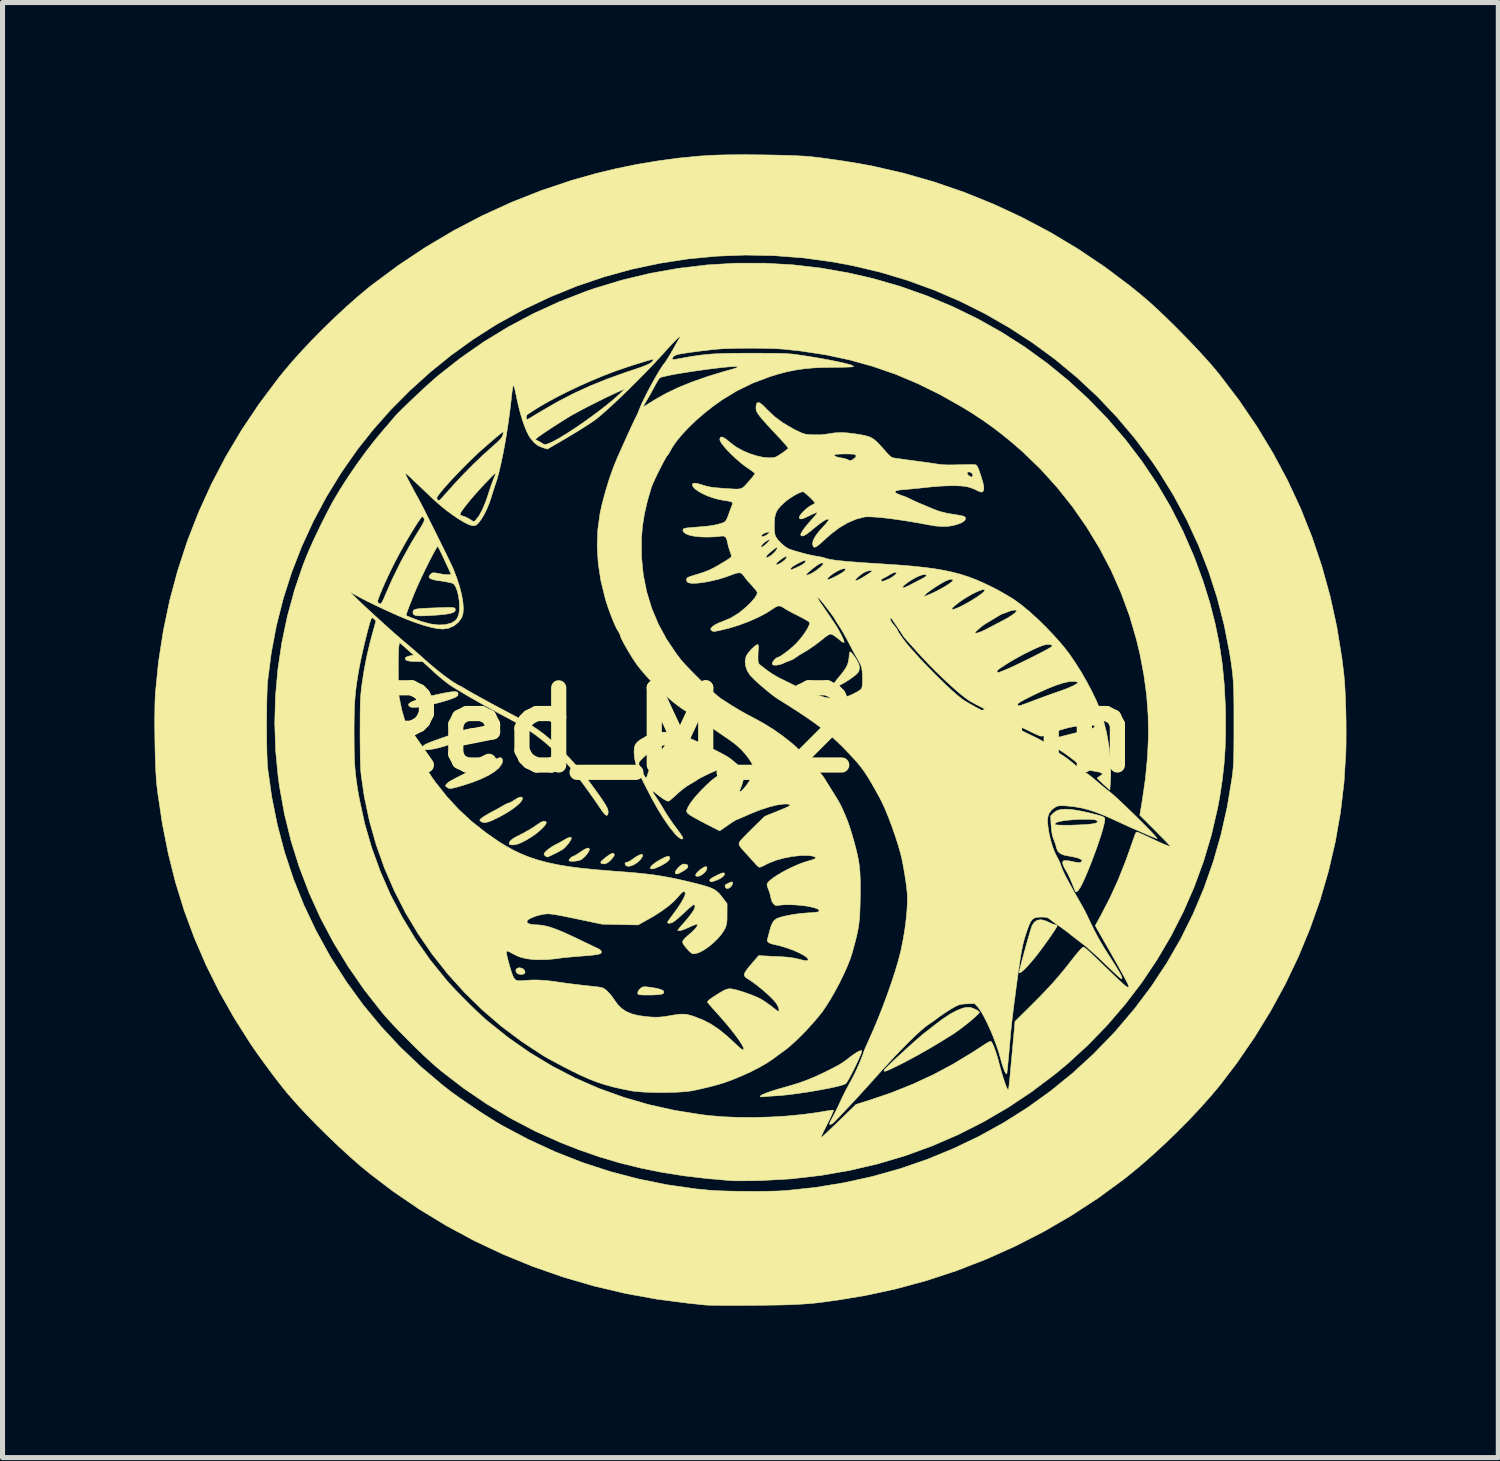
<source format=kicad_pcb>
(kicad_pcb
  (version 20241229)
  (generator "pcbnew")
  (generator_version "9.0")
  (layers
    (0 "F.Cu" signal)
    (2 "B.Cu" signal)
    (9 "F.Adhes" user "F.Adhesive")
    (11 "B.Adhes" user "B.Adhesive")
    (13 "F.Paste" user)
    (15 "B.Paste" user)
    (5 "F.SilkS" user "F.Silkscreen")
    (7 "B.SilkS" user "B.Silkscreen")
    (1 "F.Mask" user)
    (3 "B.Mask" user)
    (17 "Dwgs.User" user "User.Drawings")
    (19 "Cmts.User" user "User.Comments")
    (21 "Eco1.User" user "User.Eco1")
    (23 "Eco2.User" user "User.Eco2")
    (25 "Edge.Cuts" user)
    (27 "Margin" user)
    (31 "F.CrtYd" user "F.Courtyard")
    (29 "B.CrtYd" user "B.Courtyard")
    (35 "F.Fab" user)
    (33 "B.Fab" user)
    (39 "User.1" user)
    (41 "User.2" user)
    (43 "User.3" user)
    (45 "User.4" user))
  (footprint "Red_M_26mm"
    (layer "F.Cu")
    (at 11.755 11.365)
    (property "Reference" "Red_M_26mm" (at 0 0 0) (layer "F.SilkS") (effects (font (size 1.524 1.524) (thickness 0.3))))
    (attr through_hole)
    (fp_poly (pts (xy -4.506 4.7) (xy -4.474 4.717) (xy -4.445 4.75) (xy -4.438 4.785) (xy -4.456 4.812) (xy -4.463 4.816) (xy -4.521 4.826) (xy -4.574 4.814) (xy -4.596 4.799) (xy -4.62 4.761) (xy -4.617 4.727) (xy -4.592 4.703) (xy -4.553 4.692) (xy -4.506 4.7)) (stroke (width 0.01) (type solid)) (fill yes) (layer "F.SilkS"))
    (fp_poly (pts (xy -0.849 2.708) (xy -0.847 2.727) (xy -0.86 2.77) (xy -0.894 2.814) (xy -0.941 2.852) (xy -0.991 2.88) (xy -1.037 2.889) (xy -1.062 2.882) (xy -1.071 2.86) (xy -1.052 2.824) (xy -1.009 2.78) (xy -0.961 2.742) (xy -0.904 2.706) (xy -0.867 2.694) (xy -0.849 2.708)) (stroke (width 0.01) (type solid)) (fill yes) (layer "F.SilkS"))
    (fp_poly (pts (xy -0.34 3.009) (xy -0.342 3.038) (xy -0.359 3.073) (xy -0.378 3.096) (xy -0.422 3.126) (xy -0.458 3.129) (xy -0.481 3.106) (xy -0.49 3.076) (xy -0.491 3.067) (xy -0.477 3.053) (xy -0.444 3.033) (xy -0.404 3.013) (xy -0.368 3) (xy -0.355 2.997) (xy -0.34 3.009)) (stroke (width 0.01) (type solid)) (fill yes) (layer "F.SilkS"))
    (fp_poly (pts (xy -2.686 2.435) (xy -2.676 2.463) (xy -2.675 2.465) (xy -2.687 2.492) (xy -2.716 2.531) (xy -2.749 2.568) (xy -2.803 2.615) (xy -2.847 2.638) (xy -2.874 2.642) (xy -2.913 2.638) (xy -2.935 2.63) (xy -2.944 2.616) (xy -2.939 2.599) (xy -2.917 2.574) (xy -2.874 2.538) (xy -2.835 2.506) (xy -2.765 2.456) (xy -2.716 2.433) (xy -2.686 2.435)) (stroke (width 0.01) (type solid)) (fill yes) (layer "F.SilkS"))
    (fp_poly (pts (xy -1.586 2.505) (xy -1.581 2.515) (xy -1.585 2.55) (xy -1.619 2.591) (xy -1.681 2.636) (xy -1.767 2.683) (xy -1.771 2.685) (xy -1.858 2.723) (xy -1.919 2.741) (xy -1.955 2.738) (xy -1.964 2.721) (xy -1.949 2.689) (xy -1.906 2.648) (xy -1.84 2.6) (xy -1.756 2.551) (xy -1.684 2.514) (xy -1.635 2.495) (xy -1.604 2.492) (xy -1.586 2.505)) (stroke (width 0.01) (type solid)) (fill yes) (layer "F.SilkS"))
    (fp_poly (pts (xy -2.117 2.46) (xy -2.115 2.483) (xy -2.138 2.525) (xy -2.17 2.566) (xy -2.227 2.618) (xy -2.29 2.658) (xy -2.353 2.683) (xy -2.408 2.689) (xy -2.448 2.675) (xy -2.454 2.669) (xy -2.466 2.636) (xy -2.45 2.613) (xy -2.423 2.608) (xy -2.393 2.598) (xy -2.349 2.573) (xy -2.318 2.551) (xy -2.244 2.5) (xy -2.185 2.468) (xy -2.141 2.455) (xy -2.117 2.46)) (stroke (width 0.01) (type solid)) (fill yes) (layer "F.SilkS"))
    (fp_poly (pts (xy -1.281 2.645) (xy -1.24 2.656) (xy -1.223 2.682) (xy -1.222 2.686) (xy -1.226 2.711) (xy -1.248 2.736) (xy -1.294 2.769) (xy -1.318 2.784) (xy -1.388 2.823) (xy -1.435 2.841) (xy -1.462 2.839) (xy -1.473 2.816) (xy -1.473 2.808) (xy -1.461 2.776) (xy -1.429 2.733) (xy -1.404 2.706) (xy -1.357 2.666) (xy -1.32 2.647) (xy -1.281 2.645) (xy -1.281 2.645)) (stroke (width 0.01) (type solid)) (fill yes) (layer "F.SilkS"))
    (fp_poly (pts (xy -0.505 2.825) (xy -0.499 2.85) (xy -0.521 2.883) (xy -0.564 2.918) (xy -0.625 2.951) (xy -0.655 2.963) (xy -0.716 2.985) (xy -0.753 2.995) (xy -0.774 2.994) (xy -0.786 2.983) (xy -0.787 2.98) (xy -0.793 2.963) (xy -0.783 2.945) (xy -0.753 2.923) (xy -0.7 2.893) (xy -0.651 2.868) (xy -0.584 2.836) (xy -0.54 2.821) (xy -0.514 2.819) (xy -0.505 2.825)) (stroke (width 0.01) (type solid)) (fill yes) (layer "F.SilkS"))
    (fp_poly (pts (xy -3.178 2.332) (xy -3.167 2.357) (xy -3.167 2.36) (xy -3.179 2.395) (xy -3.209 2.441) (xy -3.251 2.491) (xy -3.297 2.534) (xy -3.336 2.561) (xy -3.379 2.576) (xy -3.433 2.586) (xy -3.489 2.591) (xy -3.537 2.589) (xy -3.567 2.582) (xy -3.573 2.574) (xy -3.56 2.547) (xy -3.531 2.516) (xy -3.499 2.494) (xy -3.483 2.489) (xy -3.46 2.48) (xy -3.417 2.455) (xy -3.363 2.42) (xy -3.339 2.403) (xy -3.263 2.354) (xy -3.21 2.331) (xy -3.178 2.332)) (stroke (width 0.01) (type solid)) (fill yes) (layer "F.SilkS"))
    (fp_poly (pts (xy -2.048 5.069) (xy -1.985 5.076) (xy -1.952 5.08) (xy -1.84 5.099) (xy -1.76 5.12) (xy -1.713 5.143) (xy -1.696 5.169) (xy -1.696 5.176) (xy -1.706 5.196) (xy -1.729 5.21) (xy -1.77 5.22) (xy -1.834 5.226) (xy -1.924 5.23) (xy -1.994 5.231) (xy -2.086 5.231) (xy -2.148 5.228) (xy -2.186 5.223) (xy -2.206 5.215) (xy -2.212 5.208) (xy -2.21 5.169) (xy -2.185 5.125) (xy -2.142 5.087) (xy -2.118 5.074) (xy -2.089 5.068) (xy -2.048 5.069)) (stroke (width 0.01) (type solid)) (fill yes) (layer "F.SilkS"))
    (fp_poly (pts (xy -4.036 1.802) (xy -4.027 1.808) (xy -4.019 1.83) (xy -4.031 1.861) (xy -4.066 1.905) (xy -4.126 1.965) (xy -4.145 1.983) (xy -4.221 2.045) (xy -4.314 2.11) (xy -4.414 2.171) (xy -4.509 2.22) (xy -4.568 2.245) (xy -4.63 2.262) (xy -4.688 2.268) (xy -4.732 2.263) (xy -4.75 2.251) (xy -4.751 2.221) (xy -4.725 2.183) (xy -4.677 2.144) (xy -4.619 2.11) (xy -4.48 2.039) (xy -4.358 1.971) (xy -4.259 1.91) (xy -4.208 1.874) (xy -4.134 1.824) (xy -4.076 1.8) (xy -4.036 1.802)) (stroke (width 0.01) (type solid)) (fill yes) (layer "F.SilkS"))
    (fp_poly (pts (xy -5.803 -0.758) (xy -5.772 -0.748) (xy -5.763 -0.737) (xy -5.762 -0.698) (xy -5.768 -0.681) (xy -5.798 -0.657) (xy -5.859 -0.628) (xy -5.949 -0.596) (xy -6.066 -0.561) (xy -6.206 -0.523) (xy -6.235 -0.516) (xy -6.388 -0.481) (xy -6.51 -0.458) (xy -6.604 -0.448) (xy -6.671 -0.449) (xy -6.701 -0.457) (xy -6.731 -0.479) (xy -6.739 -0.499) (xy -6.729 -0.523) (xy -6.695 -0.549) (xy -6.636 -0.576) (xy -6.551 -0.606) (xy -6.437 -0.639) (xy -6.293 -0.675) (xy -6.172 -0.703) (xy -6.038 -0.731) (xy -5.933 -0.75) (xy -5.855 -0.759) (xy -5.803 -0.758)) (stroke (width 0.01) (type solid)) (fill yes) (layer "F.SilkS"))
    (fp_poly (pts (xy -3.528 2.122) (xy -3.522 2.135) (xy -3.533 2.164) (xy -3.561 2.209) (xy -3.599 2.26) (xy -3.641 2.308) (xy -3.679 2.344) (xy -3.68 2.344) (xy -3.712 2.365) (xy -3.762 2.393) (xy -3.822 2.425) (xy -3.884 2.456) (xy -3.939 2.482) (xy -3.981 2.5) (xy -3.999 2.506) (xy -4.016 2.498) (xy -4.034 2.488) (xy -4.059 2.463) (xy -4.064 2.447) (xy -4.05 2.42) (xy -4.014 2.382) (xy -3.962 2.34) (xy -3.901 2.298) (xy -3.838 2.263) (xy -3.831 2.259) (xy -3.763 2.225) (xy -3.692 2.185) (xy -3.662 2.167) (xy -3.602 2.133) (xy -3.555 2.118) (xy -3.528 2.122)) (stroke (width 0.01) (type solid)) (fill yes) (layer "F.SilkS"))
    (fp_poly (pts (xy 1.993 -1.537) (xy 2.003 -1.529) (xy 2.03 -1.499) (xy 2.066 -1.452) (xy 2.102 -1.399) (xy 2.149 -1.312) (xy 2.167 -1.239) (xy 2.156 -1.174) (xy 2.139 -1.141) (xy 2.106 -1.105) (xy 2.051 -1.059) (xy 1.982 -1.009) (xy 1.905 -0.959) (xy 1.827 -0.913) (xy 1.756 -0.877) (xy 1.699 -0.853) (xy 1.668 -0.847) (xy 1.647 -0.861) (xy 1.643 -0.879) (xy 1.653 -0.905) (xy 1.682 -0.949) (xy 1.724 -1.005) (xy 1.762 -1.05) (xy 1.835 -1.14) (xy 1.888 -1.214) (xy 1.923 -1.28) (xy 1.945 -1.346) (xy 1.957 -1.419) (xy 1.959 -1.441) (xy 1.965 -1.502) (xy 1.971 -1.535) (xy 1.979 -1.545) (xy 1.993 -1.537)) (stroke (width 0.01) (type solid)) (fill yes) (layer "F.SilkS"))
    (fp_poly (pts (xy -5.866 -2.419) (xy -5.841 -2.415) (xy -5.827 -2.408) (xy -5.82 -2.399) (xy -5.819 -2.397) (xy -5.815 -2.364) (xy -5.832 -2.338) (xy -5.873 -2.316) (xy -5.939 -2.298) (xy -6.033 -2.284) (xy -6.158 -2.272) (xy -6.203 -2.269) (xy -6.33 -2.261) (xy -6.428 -2.256) (xy -6.502 -2.255) (xy -6.556 -2.257) (xy -6.594 -2.263) (xy -6.618 -2.27) (xy -6.647 -2.291) (xy -6.652 -2.329) (xy -6.652 -2.332) (xy -6.647 -2.352) (xy -6.636 -2.368) (xy -6.615 -2.38) (xy -6.58 -2.39) (xy -6.527 -2.397) (xy -6.452 -2.403) (xy -6.353 -2.408) (xy -6.225 -2.413) (xy -6.171 -2.415) (xy -6.055 -2.419) (xy -5.969 -2.421) (xy -5.907 -2.421) (xy -5.866 -2.419)) (stroke (width 0.01) (type solid)) (fill yes) (layer "F.SilkS"))
    (fp_poly (pts (xy -4.501 1.324) (xy -4.487 1.346) (xy -4.487 1.348) (xy -4.503 1.391) (xy -4.546 1.444) (xy -4.614 1.505) (xy -4.703 1.571) (xy -4.81 1.639) (xy -4.932 1.707) (xy -5.065 1.773) (xy -5.069 1.775) (xy -5.157 1.811) (xy -5.223 1.826) (xy -5.274 1.822) (xy -5.31 1.803) (xy -5.329 1.786) (xy -5.329 1.77) (xy -5.305 1.747) (xy -5.292 1.736) (xy -5.253 1.708) (xy -5.195 1.672) (xy -5.127 1.634) (xy -5.105 1.622) (xy -5.03 1.582) (xy -4.952 1.539) (xy -4.887 1.502) (xy -4.877 1.496) (xy -4.824 1.466) (xy -4.78 1.446) (xy -4.757 1.439) (xy -4.73 1.43) (xy -4.686 1.406) (xy -4.647 1.38) (xy -4.585 1.342) (xy -4.535 1.323) (xy -4.501 1.324)) (stroke (width 0.01) (type solid)) (fill yes) (layer "F.SilkS"))
    (fp_poly (pts (xy -4.897 0.556) (xy -4.883 0.591) (xy -4.887 0.639) (xy -4.9 0.673) (xy -4.954 0.746) (xy -5.041 0.82) (xy -5.158 0.892) (xy -5.304 0.963) (xy -5.476 1.031) (xy -5.674 1.095) (xy -5.768 1.122) (xy -5.841 1.141) (xy -5.889 1.151) (xy -5.922 1.154) (xy -5.945 1.148) (xy -5.967 1.137) (xy -5.998 1.114) (xy -6.011 1.098) (xy -6.011 1.098) (xy -6 1.08) (xy -5.972 1.049) (xy -5.957 1.034) (xy -5.929 1.015) (xy -5.875 0.985) (xy -5.801 0.945) (xy -5.711 0.899) (xy -5.609 0.849) (xy -5.5 0.795) (xy -5.388 0.742) (xy -5.279 0.691) (xy -5.177 0.644) (xy -5.086 0.603) (xy -5.011 0.571) (xy -4.957 0.55) (xy -4.928 0.542) (xy -4.928 0.542) (xy -4.897 0.556)) (stroke (width 0.01) (type solid)) (fill yes) (layer "F.SilkS"))
    (fp_poly (pts (xy -5.455 -0.03) (xy -5.406 -0.025) (xy -5.383 -0.015) (xy -5.377 0.006) (xy -5.376 0.014) (xy -5.381 0.035) (xy -5.398 0.053) (xy -5.433 0.074) (xy -5.493 0.101) (xy -5.52 0.113) (xy -5.605 0.148) (xy -5.698 0.188) (xy -5.781 0.224) (xy -5.791 0.229) (xy -5.898 0.273) (xy -6.008 0.311) (xy -6.116 0.343) (xy -6.218 0.367) (xy -6.308 0.383) (xy -6.381 0.389) (xy -6.434 0.385) (xy -6.46 0.369) (xy -6.461 0.367) (xy -6.466 0.345) (xy -6.458 0.324) (xy -6.436 0.302) (xy -6.397 0.278) (xy -6.336 0.251) (xy -6.251 0.217) (xy -6.139 0.177) (xy -6.054 0.147) (xy -5.952 0.112) (xy -5.851 0.077) (xy -5.76 0.045) (xy -5.686 0.019) (xy -5.658 0.009) (xy -5.545 -0.023) (xy -5.456 -0.031) (xy -5.455 -0.03)) (stroke (width 0.01) (type solid)) (fill yes) (layer "F.SilkS"))
    (fp_poly (pts (xy 5.836 3.765) (xy 5.899 3.793) (xy 5.956 3.819) (xy 6.003 3.838) (xy 6.03 3.844) (xy 6.06 3.851) (xy 6.069 3.859) (xy 6.063 3.877) (xy 6.04 3.918) (xy 6.002 3.977) (xy 5.953 4.049) (xy 5.897 4.131) (xy 5.835 4.217) (xy 5.772 4.304) (xy 5.711 4.386) (xy 5.654 4.459) (xy 5.635 4.483) (xy 5.552 4.582) (xy 5.478 4.665) (xy 5.416 4.729) (xy 5.367 4.772) (xy 5.334 4.792) (xy 5.318 4.788) (xy 5.317 4.782) (xy 5.322 4.756) (xy 5.334 4.704) (xy 5.353 4.629) (xy 5.377 4.538) (xy 5.405 4.436) (xy 5.434 4.328) (xy 5.464 4.22) (xy 5.494 4.117) (xy 5.521 4.024) (xy 5.544 3.946) (xy 5.562 3.889) (xy 5.572 3.859) (xy 5.573 3.858) (xy 5.62 3.79) (xy 5.678 3.752) (xy 5.75 3.744) (xy 5.836 3.765)) (stroke (width 0.01) (type solid)) (fill yes) (layer "F.SilkS"))
    (fp_poly (pts (xy 4.376 5.482) (xy 4.438 5.507) (xy 4.445 5.509) (xy 4.494 5.535) (xy 4.526 5.558) (xy 4.535 5.571) (xy 4.517 5.596) (xy 4.477 5.637) (xy 4.419 5.689) (xy 4.349 5.749) (xy 4.271 5.812) (xy 4.19 5.875) (xy 4.112 5.933) (xy 4.041 5.983) (xy 4.022 5.996) (xy 3.783 6.145) (xy 3.538 6.291) (xy 3.297 6.428) (xy 3.069 6.55) (xy 2.993 6.589) (xy 2.877 6.646) (xy 2.789 6.689) (xy 2.724 6.717) (xy 2.682 6.733) (xy 2.658 6.737) (xy 2.65 6.729) (xy 2.655 6.712) (xy 2.657 6.709) (xy 2.675 6.687) (xy 2.715 6.646) (xy 2.772 6.59) (xy 2.844 6.521) (xy 2.926 6.445) (xy 3.014 6.364) (xy 3.104 6.281) (xy 3.194 6.2) (xy 3.278 6.126) (xy 3.353 6.06) (xy 3.415 6.008) (xy 3.46 5.971) (xy 3.464 5.968) (xy 3.509 5.934) (xy 3.569 5.887) (xy 3.633 5.837) (xy 3.649 5.824) (xy 3.808 5.704) (xy 3.953 5.608) (xy 4.085 5.537) (xy 4.199 5.492) (xy 4.27 5.476) (xy 4.325 5.473) (xy 4.376 5.482)) (stroke (width 0.01) (type solid)) (fill yes) (layer "F.SilkS"))
    (fp_poly (pts (xy 2.21 6.333) (xy 2.207 6.355) (xy 2.191 6.4) (xy 2.164 6.465) (xy 2.129 6.542) (xy 2.089 6.627) (xy 2.046 6.714) (xy 2.004 6.797) (xy 1.964 6.871) (xy 1.931 6.93) (xy 1.905 6.969) (xy 1.895 6.98) (xy 1.858 6.998) (xy 1.791 7.019) (xy 1.7 7.042) (xy 1.588 7.066) (xy 1.46 7.091) (xy 1.322 7.116) (xy 1.176 7.141) (xy 1.028 7.163) (xy 0.882 7.184) (xy 0.743 7.201) (xy 0.614 7.214) (xy 0.501 7.222) (xy 0.5 7.222) (xy 0.419 7.227) (xy 0.344 7.233) (xy 0.286 7.238) (xy 0.267 7.24) (xy 0.226 7.242) (xy 0.204 7.236) (xy 0.203 7.233) (xy 0.219 7.215) (xy 0.264 7.191) (xy 0.334 7.162) (xy 0.426 7.13) (xy 0.536 7.095) (xy 0.652 7.062) (xy 0.82 7.014) (xy 0.971 6.967) (xy 1.112 6.917) (xy 1.249 6.861) (xy 1.391 6.797) (xy 1.546 6.722) (xy 1.719 6.632) (xy 1.762 6.609) (xy 1.813 6.578) (xy 1.877 6.534) (xy 1.942 6.485) (xy 1.955 6.475) (xy 2.036 6.413) (xy 2.106 6.367) (xy 2.161 6.337) (xy 2.198 6.328) (xy 2.21 6.333)) (stroke (width 0.01) (type solid)) (fill yes) (layer "F.SilkS"))
    (fp_poly (pts (xy 6.345 1.568) (xy 6.387 1.573) (xy 6.465 1.586) (xy 6.556 1.603) (xy 6.653 1.624) (xy 6.749 1.646) (xy 6.837 1.669) (xy 6.911 1.689) (xy 6.964 1.707) (xy 6.987 1.718) (xy 7.003 1.733) (xy 7.01 1.753) (xy 7.007 1.788) (xy 6.996 1.846) (xy 6.996 1.848) (xy 6.974 1.937) (xy 6.941 2.051) (xy 6.898 2.183) (xy 6.848 2.328) (xy 6.793 2.478) (xy 6.736 2.628) (xy 6.678 2.772) (xy 6.622 2.904) (xy 6.571 3.017) (xy 6.566 3.028) (xy 6.524 3.106) (xy 6.486 3.162) (xy 6.456 3.192) (xy 6.434 3.193) (xy 6.429 3.188) (xy 6.42 3.167) (xy 6.402 3.123) (xy 6.377 3.062) (xy 6.358 3.014) (xy 6.324 2.934) (xy 6.287 2.856) (xy 6.253 2.791) (xy 6.239 2.769) (xy 6.208 2.713) (xy 6.185 2.661) (xy 6.178 2.633) (xy 6.178 2.597) (xy 6.195 2.581) (xy 6.221 2.577) (xy 6.262 2.578) (xy 6.323 2.586) (xy 6.384 2.599) (xy 6.453 2.614) (xy 6.498 2.618) (xy 6.53 2.611) (xy 6.535 2.608) (xy 6.56 2.586) (xy 6.552 2.562) (xy 6.514 2.539) (xy 6.448 2.517) (xy 6.354 2.497) (xy 6.3 2.488) (xy 6.198 2.467) (xy 6.126 2.435) (xy 6.08 2.391) (xy 6.055 2.331) (xy 6.054 2.326) (xy 6.045 2.289) (xy 6.032 2.245) (xy 6.011 2.187) (xy 5.982 2.108) (xy 5.97 2.062) (xy 5.959 1.993) (xy 5.951 1.912) (xy 5.948 1.867) (xy 5.947 1.862) (xy 6.02 1.862) (xy 6.02 1.863) (xy 6.041 1.87) (xy 6.09 1.875) (xy 6.163 1.877) (xy 6.254 1.878) (xy 6.357 1.877) (xy 6.468 1.873) (xy 6.582 1.868) (xy 6.632 1.865) (xy 6.74 1.855) (xy 6.815 1.842) (xy 6.857 1.826) (xy 6.867 1.805) (xy 6.848 1.783) (xy 6.813 1.771) (xy 6.751 1.764) (xy 6.669 1.761) (xy 6.572 1.761) (xy 6.468 1.765) (xy 6.363 1.772) (xy 6.262 1.781) (xy 6.174 1.793) (xy 6.104 1.807) (xy 6.058 1.822) (xy 6.028 1.844) (xy 6.02 1.862) (xy 5.947 1.862) (xy 5.939 1.694) (xy 5.997 1.636) (xy 6.055 1.594) (xy 6.129 1.569) (xy 6.225 1.561) (xy 6.345 1.568)) (stroke (width 0.01) (type solid)) (fill yes) (layer "F.SilkS"))
    (fp_poly (pts (xy 0.057 -11.359) (xy 0.253 -11.357) (xy 0.446 -11.354) (xy 0.632 -11.35) (xy 0.806 -11.345) (xy 0.961 -11.338) (xy 1.094 -11.331) (xy 1.2 -11.322) (xy 1.219 -11.32) (xy 1.42 -11.296) (xy 1.639 -11.266) (xy 1.865 -11.233) (xy 2.087 -11.197) (xy 2.295 -11.16) (xy 2.436 -11.133) (xy 3.042 -10.994) (xy 3.641 -10.822) (xy 4.232 -10.619) (xy 4.813 -10.384) (xy 5.381 -10.119) (xy 5.936 -9.825) (xy 6.475 -9.502) (xy 6.997 -9.152) (xy 7.5 -8.775) (xy 7.747 -8.574) (xy 7.886 -8.454) (xy 8.041 -8.313) (xy 8.207 -8.155) (xy 8.38 -7.986) (xy 8.554 -7.81) (xy 8.726 -7.633) (xy 8.889 -7.459) (xy 9.041 -7.292) (xy 9.175 -7.138) (xy 9.273 -7.019) (xy 9.657 -6.514) (xy 10.009 -5.997) (xy 10.329 -5.469) (xy 10.618 -4.928) (xy 10.875 -4.376) (xy 11.1 -3.811) (xy 11.294 -3.234) (xy 11.457 -2.644) (xy 11.589 -2.041) (xy 11.689 -1.424) (xy 11.727 -1.118) (xy 11.741 -0.968) (xy 11.752 -0.791) (xy 11.761 -0.594) (xy 11.768 -0.383) (xy 11.772 -0.165) (xy 11.773 0.054) (xy 11.772 0.267) (xy 11.768 0.436) (xy 11.732 1.027) (xy 11.663 1.616) (xy 11.561 2.2) (xy 11.427 2.778) (xy 11.261 3.35) (xy 11.062 3.914) (xy 10.833 4.469) (xy 10.573 5.014) (xy 10.282 5.548) (xy 9.961 6.07) (xy 9.611 6.579) (xy 9.289 7.002) (xy 9.105 7.222) (xy 8.898 7.455) (xy 8.673 7.695) (xy 8.434 7.936) (xy 8.188 8.173) (xy 7.939 8.402) (xy 7.693 8.617) (xy 7.455 8.812) (xy 7.374 8.876) (xy 6.869 9.245) (xy 6.344 9.587) (xy 5.802 9.902) (xy 5.243 10.188) (xy 4.671 10.445) (xy 4.087 10.672) (xy 3.493 10.868) (xy 2.89 11.032) (xy 2.28 11.164) (xy 1.761 11.25) (xy 1.605 11.272) (xy 1.476 11.29) (xy 1.367 11.304) (xy 1.271 11.315) (xy 1.181 11.323) (xy 1.09 11.33) (xy 0.992 11.336) (xy 0.879 11.342) (xy 0.804 11.345) (xy 0.718 11.348) (xy 0.609 11.351) (xy 0.482 11.353) (xy 0.341 11.355) (xy 0.19 11.357) (xy 0.034 11.358) (xy -0.123 11.359) (xy -0.277 11.359) (xy -0.423 11.359) (xy -0.557 11.359) (xy -0.675 11.358) (xy -0.772 11.356) (xy -0.844 11.354) (xy -0.887 11.351) (xy -0.889 11.351) (xy -0.924 11.347) (xy -0.984 11.341) (xy -1.064 11.332) (xy -1.155 11.323) (xy -1.194 11.319) (xy -1.83 11.237) (xy -2.458 11.123) (xy -3.077 10.977) (xy -3.685 10.8) (xy -4.281 10.592) (xy -4.864 10.354) (xy -5.433 10.086) (xy -5.987 9.788) (xy -6.524 9.462) (xy -7.044 9.107) (xy -7.481 8.775) (xy -7.679 8.613) (xy -7.89 8.429) (xy -8.108 8.229) (xy -8.327 8.02) (xy -8.543 7.807) (xy -8.749 7.595) (xy -8.94 7.389) (xy -9.109 7.196) (xy -9.14 7.16) (xy -9.235 7.042) (xy -9.344 6.903) (xy -9.459 6.751) (xy -9.576 6.593) (xy -9.69 6.436) (xy -9.793 6.289) (xy -9.856 6.197) (xy -10.18 5.686) (xy -10.473 5.169) (xy -10.734 4.644) (xy -10.965 4.11) (xy -11.167 3.565) (xy -11.34 3.006) (xy -11.484 2.431) (xy -11.601 1.84) (xy -11.692 1.228) (xy -11.711 1.067) (xy -11.719 0.968) (xy -11.727 0.842) (xy -11.734 0.692) (xy -11.74 0.526) (xy -11.744 0.348) (xy -11.747 0.165) (xy -11.749 -0.019) (xy -11.75 -0.156) (xy -9.541 -0.156) (xy -9.541 0.015) (xy -9.54 0.182) (xy -9.537 0.339) (xy -9.534 0.483) (xy -9.529 0.607) (xy -9.524 0.706) (xy -9.519 0.762) (xy -9.439 1.325) (xy -9.328 1.876) (xy -9.185 2.415) (xy -9.011 2.941) (xy -8.805 3.455) (xy -8.568 3.956) (xy -8.3 4.444) (xy -8.259 4.513) (xy -7.958 4.981) (xy -7.633 5.428) (xy -7.281 5.853) (xy -6.904 6.258) (xy -6.499 6.644) (xy -6.066 7.011) (xy -5.967 7.089) (xy -5.866 7.165) (xy -5.743 7.253) (xy -5.603 7.35) (xy -5.455 7.451) (xy -5.306 7.55) (xy -5.16 7.643) (xy -5.027 7.727) (xy -4.912 7.795) (xy -4.894 7.806) (xy -4.374 8.082) (xy -3.844 8.326) (xy -3.305 8.538) (xy -2.757 8.717) (xy -2.199 8.863) (xy -1.63 8.978) (xy -1.052 9.06) (xy -0.821 9.083) (xy -0.715 9.091) (xy -0.582 9.097) (xy -0.428 9.102) (xy -0.26 9.105) (xy -0.084 9.107) (xy 0.093 9.108) (xy 0.265 9.107) (xy 0.424 9.104) (xy 0.565 9.1) (xy 0.681 9.094) (xy 0.712 9.092) (xy 1.293 9.03) (xy 1.863 8.937) (xy 2.423 8.813) (xy 2.97 8.659) (xy 3.504 8.475) (xy 4.024 8.261) (xy 4.529 8.019) (xy 5.018 7.748) (xy 5.489 7.45) (xy 5.942 7.124) (xy 6.376 6.771) (xy 6.789 6.392) (xy 7.181 5.987) (xy 7.23 5.933) (xy 7.595 5.503) (xy 7.93 5.057) (xy 8.234 4.597) (xy 8.508 4.121) (xy 8.752 3.63) (xy 8.965 3.124) (xy 9.149 2.602) (xy 9.303 2.064) (xy 9.427 1.511) (xy 9.521 0.941) (xy 9.521 0.94) (xy 9.53 0.872) (xy 9.537 0.809) (xy 9.543 0.746) (xy 9.548 0.678) (xy 9.552 0.603) (xy 9.554 0.516) (xy 9.556 0.412) (xy 9.557 0.289) (xy 9.558 0.141) (xy 9.558 -0.035) (xy 9.558 -0.11) (xy 9.558 -0.311) (xy 9.558 -0.484) (xy 9.556 -0.631) (xy 9.554 -0.759) (xy 9.549 -0.871) (xy 9.544 -0.973) (xy 9.536 -1.069) (xy 9.526 -1.163) (xy 9.513 -1.261) (xy 9.498 -1.366) (xy 9.479 -1.484) (xy 9.473 -1.524) (xy 9.367 -2.068) (xy 9.229 -2.605) (xy 9.06 -3.131) (xy 8.859 -3.647) (xy 8.627 -4.149) (xy 8.365 -4.637) (xy 8.073 -5.109) (xy 7.932 -5.317) (xy 7.601 -5.761) (xy 7.244 -6.184) (xy 6.863 -6.585) (xy 6.459 -6.962) (xy 6.034 -7.315) (xy 5.588 -7.643) (xy 5.124 -7.945) (xy 4.643 -8.221) (xy 4.145 -8.47) (xy 3.633 -8.69) (xy 3.107 -8.881) (xy 2.57 -9.042) (xy 2.021 -9.172) (xy 1.634 -9.244) (xy 1.06 -9.323) (xy 0.486 -9.367) (xy -0.086 -9.379) (xy -0.656 -9.357) (xy -1.222 -9.303) (xy -1.783 -9.216) (xy -2.337 -9.098) (xy -2.884 -8.947) (xy -3.422 -8.764) (xy -3.95 -8.549) (xy -4.467 -8.304) (xy -4.97 -8.027) (xy -5.032 -7.99) (xy -5.471 -7.71) (xy -5.9 -7.4) (xy -6.315 -7.064) (xy -6.711 -6.706) (xy -7.087 -6.328) (xy -7.436 -5.934) (xy -7.744 -5.547) (xy -8.064 -5.089) (xy -8.355 -4.616) (xy -8.616 -4.129) (xy -8.846 -3.63) (xy -9.045 -3.119) (xy -9.212 -2.597) (xy -9.347 -2.065) (xy -9.449 -1.525) (xy -9.519 -0.978) (xy -9.52 -0.974) (xy -9.526 -0.888) (xy -9.531 -0.775) (xy -9.535 -0.64) (xy -9.538 -0.489) (xy -9.54 -0.326) (xy -9.541 -0.156) (xy -11.75 -0.156) (xy -11.75 -0.198) (xy -11.748 -0.366) (xy -11.746 -0.517) (xy -11.741 -0.646) (xy -11.737 -0.728) (xy -11.675 -1.35) (xy -11.58 -1.961) (xy -11.454 -2.563) (xy -11.295 -3.154) (xy -11.105 -3.734) (xy -10.883 -4.302) (xy -10.63 -4.858) (xy -10.346 -5.401) (xy -10.03 -5.931) (xy -9.684 -6.446) (xy -9.308 -6.948) (xy -9.199 -7.083) (xy -9.028 -7.285) (xy -8.836 -7.498) (xy -8.627 -7.719) (xy -8.407 -7.941) (xy -8.182 -8.158) (xy -7.957 -8.367) (xy -7.738 -8.56) (xy -7.531 -8.733) (xy -7.459 -8.79) (xy -6.936 -9.178) (xy -6.399 -9.535) (xy -5.849 -9.861) (xy -5.285 -10.156) (xy -4.708 -10.42) (xy -4.118 -10.653) (xy -3.514 -10.855) (xy -3.048 -10.987) (xy -2.649 -11.083) (xy -2.236 -11.168) (xy -1.817 -11.238) (xy -1.403 -11.294) (xy -1.002 -11.333) (xy -0.784 -11.347) (xy -0.651 -11.353) (xy -0.496 -11.357) (xy -0.323 -11.359) (xy -0.137 -11.36) (xy 0.057 -11.359)) (stroke (width 0.01) (type solid)) (fill yes) (layer "F.SilkS"))
    (fp_poly (pts (xy 0.19 -6.463) (xy 0.219 -6.445) (xy 0.26 -6.41) (xy 0.316 -6.354) (xy 0.341 -6.327) (xy 0.483 -6.193) (xy 0.647 -6.071) (xy 0.837 -5.958) (xy 0.913 -5.918) (xy 0.989 -5.882) (xy 1.046 -5.858) (xy 1.098 -5.843) (xy 1.155 -5.835) (xy 1.23 -5.83) (xy 1.235 -5.83) (xy 1.403 -5.83) (xy 1.542 -5.848) (xy 1.671 -5.868) (xy 1.795 -5.874) (xy 1.925 -5.868) (xy 2.074 -5.85) (xy 2.192 -5.831) (xy 2.283 -5.813) (xy 2.354 -5.792) (xy 2.41 -5.766) (xy 2.46 -5.733) (xy 2.508 -5.69) (xy 2.532 -5.666) (xy 2.59 -5.604) (xy 2.65 -5.538) (xy 2.7 -5.48) (xy 2.704 -5.475) (xy 2.748 -5.429) (xy 2.79 -5.393) (xy 2.818 -5.378) (xy 2.846 -5.373) (xy 2.903 -5.364) (xy 2.983 -5.353) (xy 3.08 -5.339) (xy 3.189 -5.324) (xy 3.246 -5.317) (xy 3.364 -5.301) (xy 3.476 -5.286) (xy 3.577 -5.271) (xy 3.66 -5.259) (xy 3.719 -5.25) (xy 3.734 -5.247) (xy 3.798 -5.24) (xy 3.892 -5.236) (xy 4.01 -5.236) (xy 4.14 -5.239) (xy 4.239 -5.241) (xy 4.327 -5.242) (xy 4.397 -5.242) (xy 4.445 -5.24) (xy 4.464 -5.236) (xy 4.482 -5.219) (xy 4.501 -5.187) (xy 4.522 -5.136) (xy 4.548 -5.062) (xy 4.571 -4.992) (xy 4.602 -4.888) (xy 4.618 -4.811) (xy 4.62 -4.756) (xy 4.609 -4.72) (xy 4.598 -4.708) (xy 4.578 -4.699) (xy 4.549 -4.704) (xy 4.503 -4.723) (xy 4.474 -4.738) (xy 4.402 -4.77) (xy 4.323 -4.796) (xy 4.276 -4.808) (xy 4.177 -4.82) (xy 4.05 -4.825) (xy 3.901 -4.823) (xy 3.735 -4.815) (xy 3.559 -4.8) (xy 3.497 -4.793) (xy 3.387 -4.781) (xy 3.276 -4.77) (xy 3.172 -4.76) (xy 3.087 -4.752) (xy 3.054 -4.749) (xy 2.963 -4.741) (xy 2.903 -4.73) (xy 2.872 -4.718) (xy 2.868 -4.702) (xy 2.887 -4.681) (xy 2.887 -4.681) (xy 2.923 -4.661) (xy 2.976 -4.64) (xy 2.998 -4.632) (xy 3.065 -4.609) (xy 3.134 -4.579) (xy 3.151 -4.57) (xy 3.182 -4.555) (xy 3.217 -4.538) (xy 3.26 -4.518) (xy 3.317 -4.493) (xy 3.391 -4.461) (xy 3.487 -4.421) (xy 3.61 -4.369) (xy 3.631 -4.36) (xy 3.75 -4.317) (xy 3.877 -4.285) (xy 3.983 -4.266) (xy 4.083 -4.25) (xy 4.154 -4.238) (xy 4.201 -4.228) (xy 4.231 -4.218) (xy 4.247 -4.207) (xy 4.255 -4.194) (xy 4.256 -4.192) (xy 4.254 -4.155) (xy 4.22 -4.118) (xy 4.157 -4.084) (xy 4.101 -4.063) (xy 3.995 -4.035) (xy 3.891 -4.021) (xy 3.782 -4.02) (xy 3.658 -4.031) (xy 3.522 -4.054) (xy 3.328 -4.09) (xy 3.138 -4.122) (xy 2.956 -4.15) (xy 2.786 -4.174) (xy 2.632 -4.192) (xy 2.497 -4.204) (xy 2.386 -4.211) (xy 2.301 -4.211) (xy 2.262 -4.207) (xy 2.099 -4.165) (xy 1.931 -4.093) (xy 1.763 -3.994) (xy 1.6 -3.87) (xy 1.525 -3.804) (xy 1.439 -3.725) (xy 1.374 -3.668) (xy 1.326 -3.631) (xy 1.291 -3.613) (xy 1.268 -3.611) (xy 1.253 -3.624) (xy 1.252 -3.625) (xy 1.237 -3.678) (xy 1.251 -3.746) (xy 1.295 -3.828) (xy 1.368 -3.925) (xy 1.429 -3.993) (xy 1.481 -4.05) (xy 1.523 -4.099) (xy 1.55 -4.134) (xy 1.558 -4.148) (xy 1.547 -4.166) (xy 1.516 -4.161) (xy 1.463 -4.133) (xy 1.388 -4.081) (xy 1.29 -4.005) (xy 1.192 -3.924) (xy 1.116 -3.866) (xy 1.059 -3.835) (xy 1.021 -3.833) (xy 1.004 -3.853) (xy 1.01 -3.881) (xy 1.037 -3.928) (xy 1.081 -3.99) (xy 1.138 -4.062) (xy 1.207 -4.14) (xy 1.223 -4.158) (xy 1.271 -4.212) (xy 1.308 -4.256) (xy 1.329 -4.287) (xy 1.331 -4.296) (xy 1.312 -4.294) (xy 1.271 -4.278) (xy 1.214 -4.253) (xy 1.181 -4.236) (xy 1.101 -4.197) (xy 1.045 -4.175) (xy 1.008 -4.168) (xy 0.986 -4.175) (xy 0.976 -4.192) (xy 0.981 -4.219) (xy 1.008 -4.26) (xy 1.05 -4.308) (xy 1.101 -4.357) (xy 1.155 -4.401) (xy 1.206 -4.434) (xy 1.213 -4.437) (xy 1.256 -4.46) (xy 1.282 -4.477) (xy 1.287 -4.482) (xy 1.275 -4.502) (xy 1.244 -4.537) (xy 1.202 -4.58) (xy 1.154 -4.626) (xy 1.108 -4.667) (xy 1.071 -4.696) (xy 1.05 -4.707) (xy 1.049 -4.707) (xy 1.007 -4.697) (xy 0.946 -4.67) (xy 0.873 -4.63) (xy 0.797 -4.582) (xy 0.725 -4.53) (xy 0.675 -4.488) (xy 0.596 -4.412) (xy 0.542 -4.342) (xy 0.508 -4.27) (xy 0.49 -4.186) (xy 0.484 -4.081) (xy 0.483 -4.047) (xy 0.485 -3.953) (xy 0.492 -3.885) (xy 0.502 -3.838) (xy 0.512 -3.817) (xy 0.554 -3.756) (xy 0.616 -3.691) (xy 0.685 -3.631) (xy 0.75 -3.587) (xy 0.752 -3.586) (xy 0.799 -3.567) (xy 0.872 -3.543) (xy 0.961 -3.517) (xy 1.058 -3.49) (xy 1.155 -3.466) (xy 1.244 -3.446) (xy 1.316 -3.433) (xy 1.333 -3.43) (xy 1.4 -3.419) (xy 1.467 -3.402) (xy 1.489 -3.395) (xy 1.529 -3.383) (xy 1.579 -3.372) (xy 1.642 -3.361) (xy 1.719 -3.35) (xy 1.814 -3.34) (xy 1.93 -3.329) (xy 2.068 -3.318) (xy 2.232 -3.306) (xy 2.425 -3.293) (xy 2.648 -3.279) (xy 2.675 -3.277) (xy 2.959 -3.258) (xy 3.213 -3.237) (xy 3.44 -3.213) (xy 3.645 -3.186) (xy 3.832 -3.154) (xy 4.004 -3.117) (xy 4.165 -3.075) (xy 4.318 -3.025) (xy 4.469 -2.968) (xy 4.62 -2.902) (xy 4.775 -2.828) (xy 4.793 -2.819) (xy 4.896 -2.765) (xy 5.003 -2.705) (xy 5.106 -2.645) (xy 5.193 -2.592) (xy 5.223 -2.572) (xy 5.361 -2.471) (xy 5.513 -2.346) (xy 5.672 -2.203) (xy 5.834 -2.045) (xy 5.993 -1.879) (xy 6.145 -1.709) (xy 6.207 -1.634) (xy 6.315 -1.494) (xy 6.427 -1.329) (xy 6.541 -1.149) (xy 6.65 -0.959) (xy 6.75 -0.77) (xy 6.838 -0.588) (xy 6.898 -0.447) (xy 6.98 -0.201) (xy 7.046 0.064) (xy 7.093 0.34) (xy 7.12 0.617) (xy 7.126 0.884) (xy 7.12 1.005) (xy 7.108 1.184) (xy 6.983 1.07) (xy 6.931 1.022) (xy 6.889 0.982) (xy 6.864 0.955) (xy 6.858 0.948) (xy 6.871 0.935) (xy 6.903 0.914) (xy 6.909 0.911) (xy 6.948 0.884) (xy 6.958 0.862) (xy 6.94 0.844) (xy 6.89 0.828) (xy 6.807 0.813) (xy 6.802 0.812) (xy 6.723 0.796) (xy 6.649 0.769) (xy 6.574 0.728) (xy 6.489 0.667) (xy 6.417 0.61) (xy 6.339 0.548) (xy 6.253 0.485) (xy 6.171 0.428) (xy 6.138 0.408) (xy 6.07 0.364) (xy 6.006 0.32) (xy 5.956 0.283) (xy 5.944 0.272) (xy 5.909 0.24) (xy 5.897 0.22) (xy 5.905 0.205) (xy 5.913 0.198) (xy 5.937 0.188) (xy 5.989 0.171) (xy 6.065 0.149) (xy 6.158 0.124) (xy 6.265 0.097) (xy 6.345 0.077) (xy 6.481 0.044) (xy 6.587 0.017) (xy 6.667 -0.004) (xy 6.726 -0.021) (xy 6.765 -0.035) (xy 6.789 -0.047) (xy 6.802 -0.058) (xy 6.807 -0.07) (xy 6.807 -0.077) (xy 6.799 -0.091) (xy 6.771 -0.099) (xy 6.717 -0.101) (xy 6.701 -0.101) (xy 6.506 -0.088) (xy 6.298 -0.05) (xy 6.086 0.01) (xy 5.938 0.065) (xy 5.86 0.095) (xy 5.805 0.113) (xy 5.764 0.119) (xy 5.732 0.116) (xy 5.729 0.115) (xy 5.701 0.104) (xy 5.646 0.08) (xy 5.569 0.044) (xy 5.474 -0.002) (xy 5.365 -0.055) (xy 5.245 -0.114) (xy 5.118 -0.177) (xy 4.989 -0.241) (xy 4.861 -0.305) (xy 4.738 -0.367) (xy 4.625 -0.425) (xy 4.524 -0.477) (xy 4.461 -0.51) (xy 5.288 -0.51) (xy 5.289 -0.496) (xy 5.292 -0.49) (xy 5.298 -0.483) (xy 5.308 -0.48) (xy 5.325 -0.482) (xy 5.355 -0.49) (xy 5.402 -0.506) (xy 5.469 -0.531) (xy 5.56 -0.565) (xy 5.63 -0.592) (xy 5.74 -0.633) (xy 5.86 -0.677) (xy 5.977 -0.719) (xy 6.079 -0.755) (xy 6.097 -0.761) (xy 6.211 -0.801) (xy 6.31 -0.841) (xy 6.389 -0.877) (xy 6.445 -0.908) (xy 6.474 -0.932) (xy 6.477 -0.94) (xy 6.462 -0.951) (xy 6.423 -0.959) (xy 6.395 -0.962) (xy 6.304 -0.957) (xy 6.187 -0.931) (xy 6.045 -0.885) (xy 5.878 -0.819) (xy 5.685 -0.732) (xy 5.534 -0.659) (xy 5.439 -0.61) (xy 5.37 -0.574) (xy 5.324 -0.547) (xy 5.298 -0.526) (xy 5.288 -0.51) (xy 4.461 -0.51) (xy 4.44 -0.521) (xy 4.378 -0.555) (xy 4.345 -0.573) (xy 4.269 -0.625) (xy 4.175 -0.699) (xy 4.065 -0.792) (xy 3.945 -0.9) (xy 3.816 -1.019) (xy 3.685 -1.147) (xy 3.673 -1.158) (xy 4.88 -1.158) (xy 4.887 -1.146) (xy 4.888 -1.146) (xy 4.895 -1.139) (xy 4.905 -1.137) (xy 4.923 -1.141) (xy 4.955 -1.153) (xy 5.009 -1.175) (xy 5.056 -1.194) (xy 5.128 -1.225) (xy 5.216 -1.265) (xy 5.315 -1.312) (xy 5.42 -1.363) (xy 5.527 -1.416) (xy 5.632 -1.468) (xy 5.731 -1.519) (xy 5.817 -1.564) (xy 5.888 -1.603) (xy 5.939 -1.632) (xy 5.965 -1.65) (xy 5.967 -1.653) (xy 5.964 -1.678) (xy 5.93 -1.691) (xy 5.867 -1.69) (xy 5.845 -1.687) (xy 5.792 -1.674) (xy 5.715 -1.645) (xy 5.62 -1.603) (xy 5.513 -1.552) (xy 5.398 -1.494) (xy 5.282 -1.431) (xy 5.168 -1.366) (xy 5.08 -1.312) (xy 4.997 -1.258) (xy 4.938 -1.219) (xy 4.902 -1.192) (xy 4.884 -1.173) (xy 4.88 -1.158) (xy 3.673 -1.158) (xy 3.553 -1.28) (xy 3.424 -1.414) (xy 3.373 -1.47) (xy 3.29 -1.561) (xy 3.213 -1.646) (xy 3.147 -1.72) (xy 3.093 -1.78) (xy 3.057 -1.822) (xy 3.04 -1.843) (xy 3.04 -1.843) (xy 3.016 -1.879) (xy 2.992 -1.917) (xy 4.446 -1.917) (xy 4.464 -1.914) (xy 4.474 -1.914) (xy 4.508 -1.922) (xy 4.563 -1.942) (xy 4.631 -1.972) (xy 4.682 -1.998) (xy 4.772 -2.045) (xy 4.875 -2.099) (xy 4.973 -2.151) (xy 5.008 -2.169) (xy 5.104 -2.222) (xy 5.18 -2.271) (xy 5.235 -2.313) (xy 5.263 -2.346) (xy 5.266 -2.357) (xy 5.252 -2.369) (xy 5.215 -2.369) (xy 5.165 -2.36) (xy 5.109 -2.341) (xy 5.099 -2.336) (xy 5.051 -2.317) (xy 5.015 -2.305) (xy 5.005 -2.303) (xy 4.982 -2.294) (xy 4.938 -2.272) (xy 4.883 -2.239) (xy 4.867 -2.229) (xy 4.799 -2.187) (xy 4.73 -2.146) (xy 4.675 -2.113) (xy 4.672 -2.112) (xy 4.615 -2.075) (xy 4.552 -2.026) (xy 4.511 -1.991) (xy 4.468 -1.951) (xy 4.447 -1.928) (xy 4.446 -1.917) (xy 2.992 -1.917) (xy 2.982 -1.931) (xy 2.942 -1.992) (xy 2.899 -2.056) (xy 2.857 -2.117) (xy 2.822 -2.168) (xy 2.797 -2.204) (xy 2.786 -2.218) (xy 2.786 -2.218) (xy 2.776 -2.205) (xy 2.771 -2.193) (xy 2.777 -2.167) (xy 2.803 -2.124) (xy 2.837 -2.08) (xy 2.875 -2.034) (xy 2.902 -1.997) (xy 2.913 -1.977) (xy 2.913 -1.977) (xy 2.922 -1.954) (xy 2.948 -1.912) (xy 2.985 -1.857) (xy 3.028 -1.796) (xy 3.074 -1.736) (xy 3.109 -1.692) (xy 3.22 -1.564) (xy 3.341 -1.43) (xy 3.47 -1.293) (xy 3.602 -1.157) (xy 3.733 -1.026) (xy 3.86 -0.903) (xy 3.979 -0.792) (xy 4.085 -0.698) (xy 4.175 -0.625) (xy 4.21 -0.599) (xy 4.26 -0.567) (xy 4.336 -0.522) (xy 4.436 -0.466) (xy 4.555 -0.402) (xy 4.69 -0.331) (xy 4.836 -0.255) (xy 4.991 -0.176) (xy 5.15 -0.096) (xy 5.309 -0.017) (xy 5.465 0.059) (xy 5.486 0.07) (xy 5.611 0.13) (xy 5.71 0.18) (xy 5.789 0.224) (xy 5.855 0.264) (xy 5.912 0.303) (xy 5.966 0.346) (xy 5.971 0.35) (xy 6.035 0.401) (xy 6.096 0.447) (xy 6.145 0.482) (xy 6.166 0.494) (xy 6.205 0.519) (xy 6.261 0.559) (xy 6.322 0.607) (xy 6.341 0.622) (xy 6.438 0.702) (xy 6.514 0.761) (xy 6.573 0.805) (xy 6.619 0.836) (xy 6.646 0.851) (xy 6.679 0.872) (xy 6.73 0.911) (xy 6.792 0.961) (xy 6.855 1.015) (xy 6.927 1.076) (xy 6.999 1.136) (xy 7.063 1.188) (xy 7.104 1.219) (xy 7.145 1.253) (xy 7.203 1.303) (xy 7.274 1.368) (xy 7.356 1.445) (xy 7.444 1.529) (xy 7.536 1.618) (xy 7.63 1.709) (xy 7.72 1.799) (xy 7.806 1.884) (xy 7.883 1.963) (xy 7.948 2.03) (xy 7.998 2.085) (xy 8.03 2.123) (xy 8.041 2.141) (xy 8.041 2.142) (xy 8.024 2.137) (xy 7.981 2.121) (xy 7.915 2.094) (xy 7.832 2.059) (xy 7.736 2.017) (xy 7.631 1.971) (xy 7.521 1.923) (xy 7.411 1.873) (xy 7.306 1.825) (xy 7.214 1.782) (xy 7.02 1.695) (xy 6.848 1.627) (xy 6.69 1.574) (xy 6.54 1.536) (xy 6.392 1.511) (xy 6.264 1.498) (xy 6.183 1.493) (xy 6.126 1.493) (xy 6.084 1.499) (xy 6.048 1.512) (xy 6.039 1.516) (xy 5.962 1.57) (xy 5.908 1.645) (xy 5.88 1.733) (xy 5.88 1.736) (xy 5.879 1.822) (xy 5.89 1.929) (xy 5.91 2.05) (xy 5.939 2.174) (xy 5.974 2.293) (xy 6.013 2.399) (xy 6.053 2.481) (xy 6.054 2.483) (xy 6.092 2.554) (xy 6.128 2.633) (xy 6.146 2.684) (xy 6.164 2.734) (xy 6.19 2.794) (xy 6.225 2.868) (xy 6.273 2.958) (xy 6.334 3.07) (xy 6.409 3.205) (xy 6.45 3.277) (xy 6.493 3.352) (xy 6.534 3.424) (xy 6.567 3.483) (xy 6.585 3.514) (xy 6.612 3.565) (xy 6.646 3.632) (xy 6.674 3.691) (xy 6.745 3.84) (xy 6.809 3.97) (xy 6.873 4.09) (xy 6.94 4.208) (xy 7.017 4.335) (xy 7.108 4.478) (xy 7.12 4.496) (xy 7.198 4.619) (xy 7.259 4.717) (xy 7.303 4.792) (xy 7.332 4.846) (xy 7.346 4.883) (xy 7.347 4.903) (xy 7.336 4.911) (xy 7.334 4.911) (xy 7.318 4.899) (xy 7.281 4.868) (xy 7.227 4.819) (xy 7.159 4.755) (xy 7.081 4.681) (xy 7.014 4.617) (xy 6.922 4.529) (xy 6.829 4.443) (xy 6.741 4.364) (xy 6.663 4.296) (xy 6.602 4.244) (xy 6.576 4.225) (xy 6.5 4.167) (xy 6.416 4.102) (xy 6.34 4.043) (xy 6.325 4.03) (xy 6.253 3.974) (xy 6.174 3.916) (xy 6.104 3.866) (xy 6.096 3.861) (xy 6.034 3.818) (xy 5.975 3.775) (xy 5.932 3.741) (xy 5.93 3.739) (xy 5.897 3.714) (xy 5.865 3.7) (xy 5.822 3.693) (xy 5.757 3.692) (xy 5.753 3.692) (xy 5.683 3.695) (xy 5.629 3.706) (xy 5.588 3.729) (xy 5.553 3.77) (xy 5.521 3.832) (xy 5.486 3.921) (xy 5.469 3.97) (xy 5.442 4.051) (xy 5.418 4.129) (xy 5.397 4.21) (xy 5.378 4.299) (xy 5.358 4.399) (xy 5.339 4.517) (xy 5.318 4.656) (xy 5.294 4.822) (xy 5.282 4.911) (xy 5.256 5.102) (xy 5.235 5.265) (xy 5.216 5.405) (xy 5.201 5.525) (xy 5.188 5.633) (xy 5.176 5.731) (xy 5.166 5.826) (xy 5.156 5.923) (xy 5.146 6.026) (xy 5.136 6.14) (xy 5.125 6.27) (xy 5.123 6.289) (xy 5.112 6.414) (xy 5.101 6.528) (xy 5.092 6.626) (xy 5.084 6.705) (xy 5.077 6.759) (xy 5.074 6.784) (xy 5.073 6.786) (xy 5.058 6.782) (xy 5.037 6.748) (xy 5.012 6.688) (xy 4.984 6.605) (xy 4.955 6.502) (xy 4.949 6.481) (xy 4.911 6.347) (xy 4.862 6.204) (xy 4.807 6.058) (xy 4.747 5.915) (xy 4.685 5.78) (xy 4.624 5.659) (xy 4.566 5.558) (xy 4.513 5.482) (xy 4.496 5.463) (xy 4.437 5.398) (xy 4.286 5.405) (xy 4.214 5.409) (xy 4.16 5.417) (xy 4.114 5.431) (xy 4.063 5.455) (xy 3.996 5.493) (xy 3.994 5.494) (xy 3.911 5.545) (xy 3.821 5.604) (xy 3.739 5.661) (xy 3.725 5.671) (xy 3.66 5.72) (xy 3.596 5.766) (xy 3.544 5.802) (xy 3.531 5.81) (xy 3.463 5.86) (xy 3.375 5.934) (xy 3.272 6.028) (xy 3.154 6.142) (xy 3.026 6.271) (xy 2.888 6.414) (xy 2.744 6.568) (xy 2.596 6.73) (xy 2.535 6.798) (xy 2.435 6.91) (xy 2.331 7.025) (xy 2.225 7.142) (xy 2.12 7.257) (xy 2.018 7.367) (xy 1.922 7.469) (xy 1.835 7.561) (xy 1.76 7.641) (xy 1.699 7.704) (xy 1.654 7.748) (xy 1.629 7.77) (xy 1.626 7.772) (xy 1.591 7.788) (xy 1.577 7.783) (xy 1.575 7.771) (xy 1.582 7.749) (xy 1.603 7.704) (xy 1.633 7.646) (xy 1.65 7.614) (xy 1.694 7.529) (xy 1.741 7.433) (xy 1.782 7.345) (xy 1.787 7.335) (xy 1.825 7.251) (xy 1.872 7.156) (xy 1.919 7.067) (xy 1.93 7.047) (xy 1.985 6.945) (xy 2.028 6.865) (xy 2.062 6.799) (xy 2.091 6.74) (xy 2.119 6.68) (xy 2.122 6.672) (xy 2.155 6.597) (xy 2.187 6.521) (xy 2.215 6.45) (xy 2.237 6.393) (xy 2.25 6.355) (xy 2.252 6.345) (xy 2.259 6.326) (xy 2.277 6.282) (xy 2.305 6.219) (xy 2.338 6.144) (xy 2.347 6.125) (xy 2.443 5.909) (xy 2.538 5.681) (xy 2.63 5.447) (xy 2.717 5.213) (xy 2.797 4.984) (xy 2.868 4.766) (xy 2.928 4.565) (xy 2.975 4.386) (xy 2.987 4.335) (xy 3.027 4.134) (xy 3.061 3.932) (xy 3.086 3.734) (xy 3.103 3.548) (xy 3.111 3.38) (xy 3.108 3.237) (xy 3.107 3.217) (xy 3.097 3.121) (xy 3.082 3.003) (xy 3.062 2.873) (xy 3.04 2.741) (xy 3.017 2.617) (xy 2.995 2.511) (xy 2.981 2.455) (xy 2.931 2.278) (xy 2.872 2.094) (xy 2.808 1.91) (xy 2.741 1.732) (xy 2.674 1.568) (xy 2.609 1.425) (xy 2.56 1.329) (xy 2.476 1.178) (xy 2.405 1.053) (xy 2.342 0.947) (xy 2.284 0.856) (xy 2.228 0.775) (xy 2.169 0.7) (xy 2.106 0.624) (xy 2.033 0.543) (xy 1.947 0.451) (xy 1.939 0.443) (xy 1.83 0.33) (xy 1.724 0.227) (xy 1.619 0.13) (xy 1.51 0.037) (xy 1.394 -0.055) (xy 1.267 -0.149) (xy 1.125 -0.248) (xy 0.965 -0.355) (xy 0.783 -0.472) (xy 0.575 -0.602) (xy 0.559 -0.612) (xy 0.493 -0.657) (xy 0.411 -0.719) (xy 0.321 -0.793) (xy 0.229 -0.871) (xy 0.142 -0.948) (xy 0.068 -1.018) (xy 0.012 -1.076) (xy 0.005 -1.084) (xy -0.051 -1.172) (xy -0.084 -1.268) (xy -0.093 -1.363) (xy -0.075 -1.451) (xy -0.072 -1.459) (xy -0.045 -1.504) (xy -0.006 -1.554) (xy 0.04 -1.605) (xy 0.087 -1.648) (xy 0.127 -1.678) (xy 0.154 -1.689) (xy 0.157 -1.689) (xy 0.17 -1.666) (xy 0.17 -1.615) (xy 0.169 -1.615) (xy 0.165 -1.563) (xy 0.162 -1.493) (xy 0.161 -1.435) (xy 0.162 -1.373) (xy 0.167 -1.334) (xy 0.181 -1.307) (xy 0.208 -1.283) (xy 0.219 -1.274) (xy 0.322 -1.194) (xy 0.409 -1.131) (xy 0.489 -1.08) (xy 0.57 -1.035) (xy 0.627 -1.007) (xy 0.703 -0.969) (xy 0.778 -0.933) (xy 0.839 -0.902) (xy 0.864 -0.89) (xy 0.941 -0.852) (xy 1.041 -0.809) (xy 1.153 -0.763) (xy 1.268 -0.718) (xy 1.376 -0.679) (xy 1.387 -0.675) (xy 1.478 -0.648) (xy 1.557 -0.633) (xy 1.643 -0.627) (xy 1.677 -0.627) (xy 1.755 -0.629) (xy 1.828 -0.637) (xy 1.882 -0.647) (xy 1.89 -0.65) (xy 1.972 -0.682) (xy 2.052 -0.719) (xy 2.122 -0.756) (xy 2.175 -0.79) (xy 2.204 -0.816) (xy 2.205 -0.818) (xy 2.216 -0.855) (xy 2.222 -0.915) (xy 2.224 -0.991) (xy 2.223 -1.073) (xy 2.219 -1.152) (xy 2.21 -1.218) (xy 2.204 -1.245) (xy 2.185 -1.296) (xy 2.153 -1.36) (xy 2.127 -1.405) (xy 2.097 -1.456) (xy 2.057 -1.527) (xy 2.012 -1.612) (xy 1.966 -1.7) (xy 1.956 -1.719) (xy 1.907 -1.811) (xy 1.855 -1.904) (xy 1.806 -1.989) (xy 1.765 -2.055) (xy 1.76 -2.062) (xy 1.723 -2.118) (xy 1.694 -2.164) (xy 1.678 -2.192) (xy 1.676 -2.196) (xy 1.667 -2.213) (xy 1.64 -2.251) (xy 1.602 -2.304) (xy 1.556 -2.365) (xy 1.533 -2.395) (xy 3.989 -2.395) (xy 3.994 -2.382) (xy 4.022 -2.384) (xy 4.073 -2.401) (xy 4.144 -2.432) (xy 4.233 -2.477) (xy 4.323 -2.527) (xy 4.421 -2.586) (xy 4.506 -2.641) (xy 4.573 -2.69) (xy 4.619 -2.73) (xy 4.639 -2.757) (xy 4.64 -2.761) (xy 4.627 -2.775) (xy 4.59 -2.771) (xy 4.534 -2.753) (xy 4.464 -2.723) (xy 4.385 -2.683) (xy 4.3 -2.634) (xy 4.214 -2.581) (xy 4.132 -2.524) (xy 4.06 -2.468) (xy 4.011 -2.424) (xy 3.989 -2.395) (xy 1.533 -2.395) (xy 1.507 -2.429) (xy 1.459 -2.491) (xy 1.417 -2.543) (xy 1.391 -2.574) (xy 1.358 -2.609) (xy 1.342 -2.618) (xy 1.342 -2.604) (xy 1.359 -2.57) (xy 1.391 -2.518) (xy 1.414 -2.486) (xy 1.463 -2.416) (xy 1.518 -2.335) (xy 1.569 -2.261) (xy 1.569 -2.261) (xy 1.613 -2.195) (xy 1.657 -2.13) (xy 1.692 -2.078) (xy 1.695 -2.073) (xy 1.727 -2.022) (xy 1.765 -1.955) (xy 1.801 -1.886) (xy 1.803 -1.884) (xy 1.84 -1.805) (xy 1.86 -1.754) (xy 1.86 -1.731) (xy 1.84 -1.733) (xy 1.799 -1.76) (xy 1.736 -1.812) (xy 1.736 -1.812) (xy 1.679 -1.855) (xy 1.63 -1.885) (xy 1.597 -1.897) (xy 1.596 -1.897) (xy 1.563 -1.885) (xy 1.513 -1.855) (xy 1.454 -1.81) (xy 1.449 -1.805) (xy 1.371 -1.742) (xy 1.281 -1.675) (xy 1.188 -1.611) (xy 1.103 -1.556) (xy 1.033 -1.516) (xy 1.033 -1.515) (xy 0.98 -1.484) (xy 0.924 -1.446) (xy 0.914 -1.439) (xy 0.859 -1.403) (xy 0.798 -1.374) (xy 0.787 -1.371) (xy 0.725 -1.348) (xy 0.663 -1.32) (xy 0.658 -1.317) (xy 0.599 -1.295) (xy 0.533 -1.283) (xy 0.522 -1.282) (xy 0.475 -1.282) (xy 0.452 -1.291) (xy 0.444 -1.313) (xy 0.444 -1.314) (xy 0.453 -1.346) (xy 0.481 -1.384) (xy 0.518 -1.419) (xy 0.553 -1.438) (xy 0.562 -1.439) (xy 0.588 -1.45) (xy 0.633 -1.478) (xy 0.692 -1.52) (xy 0.76 -1.572) (xy 0.83 -1.63) (xy 0.852 -1.649) (xy 0.918 -1.712) (xy 0.983 -1.785) (xy 1.045 -1.863) (xy 1.099 -1.94) (xy 1.143 -2.012) (xy 1.171 -2.072) (xy 1.181 -2.115) (xy 1.179 -2.126) (xy 1.161 -2.142) (xy 1.119 -2.169) (xy 1.057 -2.204) (xy 0.981 -2.244) (xy 0.945 -2.262) (xy 0.86 -2.305) (xy 0.782 -2.346) (xy 0.718 -2.382) (xy 0.675 -2.409) (xy 0.666 -2.415) (xy 0.614 -2.445) (xy 0.566 -2.452) (xy 0.514 -2.433) (xy 0.459 -2.398) (xy 0.323 -2.31) (xy 0.161 -2.225) (xy -0.02 -2.145) (xy -0.213 -2.073) (xy -0.41 -2.012) (xy -0.588 -1.969) (xy -0.657 -1.955) (xy -0.701 -1.949) (xy -0.728 -1.95) (xy -0.746 -1.959) (xy -0.756 -1.968) (xy -0.772 -1.988) (xy -0.769 -2.007) (xy -0.745 -2.035) (xy -0.735 -2.045) (xy -0.686 -2.08) (xy -0.612 -2.116) (xy -0.552 -2.139) (xy -0.375 -2.213) (xy -0.211 -2.315) (xy -0.065 -2.436) (xy 0.031 -2.531) (xy 0.098 -2.61) (xy 0.115 -2.637) (xy 3.429 -2.637) (xy 3.471 -2.649) (xy 3.509 -2.663) (xy 3.564 -2.686) (xy 3.615 -2.709) (xy 3.699 -2.75) (xy 3.782 -2.795) (xy 3.861 -2.84) (xy 3.928 -2.883) (xy 3.978 -2.919) (xy 4.006 -2.945) (xy 4.01 -2.952) (xy 4.003 -2.975) (xy 3.97 -2.979) (xy 3.912 -2.963) (xy 3.875 -2.948) (xy 3.824 -2.922) (xy 3.757 -2.883) (xy 3.682 -2.837) (xy 3.608 -2.787) (xy 3.541 -2.74) (xy 3.489 -2.7) (xy 3.463 -2.676) (xy 3.429 -2.637) (xy 0.115 -2.637) (xy 0.137 -2.672) (xy 0.146 -2.717) (xy 0.145 -2.724) (xy 0.128 -2.751) (xy 0.094 -2.794) (xy 0.074 -2.817) (xy 3.013 -2.817) (xy 3.028 -2.81) (xy 3.072 -2.822) (xy 3.142 -2.854) (xy 3.178 -2.873) (xy 3.252 -2.912) (xy 3.33 -2.953) (xy 3.391 -2.984) (xy 3.441 -3.011) (xy 3.476 -3.034) (xy 3.488 -3.047) (xy 3.475 -3.068) (xy 3.438 -3.072) (xy 3.383 -3.059) (xy 3.313 -3.031) (xy 3.234 -2.99) (xy 3.149 -2.938) (xy 3.142 -2.933) (xy 3.069 -2.88) (xy 3.026 -2.84) (xy 3.013 -2.817) (xy 0.074 -2.817) (xy 0.049 -2.846) (xy 0.031 -2.865) (xy -0.022 -2.922) (xy -0.051 -2.956) (xy 2.081 -2.956) (xy 2.096 -2.951) (xy 2.106 -2.954) (xy 2.591 -2.954) (xy 2.596 -2.939) (xy 2.614 -2.936) (xy 2.65 -2.945) (xy 2.711 -2.969) (xy 2.725 -2.974) (xy 2.775 -2.999) (xy 2.825 -3.031) (xy 2.867 -3.064) (xy 2.892 -3.091) (xy 2.896 -3.1) (xy 2.883 -3.115) (xy 2.848 -3.111) (xy 2.796 -3.089) (xy 2.752 -3.063) (xy 2.699 -3.031) (xy 2.652 -3.006) (xy 2.63 -2.996) (xy 2.6 -2.975) (xy 2.591 -2.954) (xy 2.106 -2.954) (xy 2.132 -2.962) (xy 2.189 -2.991) (xy 2.259 -3.032) (xy 2.315 -3.068) (xy 2.365 -3.101) (xy 2.396 -3.123) (xy 2.396 -3.123) (xy 2.416 -3.139) (xy 2.411 -3.147) (xy 2.378 -3.149) (xy 2.369 -3.149) (xy 2.301 -3.135) (xy 2.222 -3.093) (xy 2.137 -3.025) (xy 2.129 -3.018) (xy 2.092 -2.978) (xy 2.081 -2.956) (xy -0.051 -2.956) (xy -0.063 -2.97) (xy 1.524 -2.97) (xy 1.537 -2.968) (xy 1.573 -2.979) (xy 1.625 -3.001) (xy 1.685 -3.03) (xy 1.746 -3.062) (xy 1.803 -3.095) (xy 1.848 -3.124) (xy 1.874 -3.146) (xy 1.875 -3.146) (xy 1.89 -3.175) (xy 1.879 -3.188) (xy 1.847 -3.187) (xy 1.798 -3.172) (xy 1.736 -3.144) (xy 1.702 -3.125) (xy 1.629 -3.079) (xy 1.572 -3.034) (xy 1.535 -2.995) (xy 1.524 -2.97) (xy -0.063 -2.97) (xy -0.071 -2.98) (xy -0.107 -3.026) (xy -0.112 -3.035) (xy -0.134 -3.063) (xy 1.11 -3.063) (xy 1.131 -3.059) (xy 1.173 -3.071) (xy 1.228 -3.098) (xy 1.29 -3.137) (xy 1.319 -3.157) (xy 1.387 -3.21) (xy 1.431 -3.253) (xy 1.451 -3.283) (xy 1.446 -3.299) (xy 1.413 -3.299) (xy 1.402 -3.296) (xy 1.372 -3.282) (xy 1.327 -3.253) (xy 1.274 -3.214) (xy 1.22 -3.171) (xy 1.17 -3.13) (xy 1.132 -3.094) (xy 1.112 -3.07) (xy 1.11 -3.063) (xy -0.134 -3.063) (xy -0.144 -3.077) (xy -0.179 -3.101) (xy -0.222 -3.106) (xy -0.281 -3.094) (xy -0.362 -3.065) (xy -0.373 -3.06) (xy -0.488 -3.019) (xy -0.611 -2.981) (xy -0.737 -2.95) (xy -0.86 -2.925) (xy -0.974 -2.907) (xy -1.075 -2.898) (xy -1.156 -2.899) (xy -1.212 -2.909) (xy -1.22 -2.913) (xy -1.248 -2.943) (xy -1.25 -2.981) (xy -1.232 -3.01) (xy -1.207 -3.021) (xy -1.158 -3.039) (xy -1.093 -3.06) (xy -1.054 -3.071) (xy -0.97 -3.097) (xy -0.883 -3.127) (xy -0.809 -3.156) (xy -0.792 -3.163) (xy -0.765 -3.177) (xy 0.804 -3.177) (xy 0.812 -3.168) (xy 0.84 -3.174) (xy 0.892 -3.195) (xy 0.96 -3.227) (xy 1.04 -3.269) (xy 1.087 -3.305) (xy 1.102 -3.333) (xy 1.094 -3.348) (xy 1.074 -3.347) (xy 1.034 -3.332) (xy 0.981 -3.307) (xy 0.924 -3.277) (xy 0.872 -3.246) (xy 0.831 -3.219) (xy 0.812 -3.2) (xy 0.804 -3.177) (xy -0.765 -3.177) (xy -0.739 -3.19) (xy -0.673 -3.225) (xy -0.6 -3.267) (xy -0.581 -3.278) (xy 0.514 -3.278) (xy 0.515 -3.269) (xy 0.537 -3.268) (xy 0.57 -3.278) (xy 0.616 -3.302) (xy 0.642 -3.32) (xy 0.696 -3.365) (xy 0.725 -3.402) (xy 0.725 -3.429) (xy 0.723 -3.431) (xy 0.705 -3.428) (xy 0.669 -3.409) (xy 0.625 -3.379) (xy 0.58 -3.345) (xy 0.543 -3.312) (xy 0.535 -3.304) (xy 0.514 -3.278) (xy -0.581 -3.278) (xy -0.527 -3.31) (xy -0.46 -3.351) (xy -0.407 -3.387) (xy -0.373 -3.412) (xy -0.364 -3.42) (xy -0.365 -3.427) (xy 0.322 -3.427) (xy 0.326 -3.407) (xy 0.344 -3.407) (xy 0.378 -3.423) (xy 0.42 -3.45) (xy 0.463 -3.487) (xy 0.501 -3.526) (xy 0.529 -3.564) (xy 0.542 -3.592) (xy 0.536 -3.606) (xy 0.532 -3.607) (xy 0.51 -3.596) (xy 0.473 -3.569) (xy 0.428 -3.533) (xy 0.382 -3.493) (xy 0.345 -3.457) (xy 0.324 -3.432) (xy 0.322 -3.427) (xy -0.365 -3.427) (xy -0.365 -3.443) (xy -0.376 -3.486) (xy -0.388 -3.518) (xy -0.41 -3.582) (xy -0.418 -3.612) (xy 0.223 -3.612) (xy 0.237 -3.611) (xy 0.269 -3.63) (xy 0.316 -3.667) (xy 0.356 -3.705) (xy 0.383 -3.738) (xy 0.389 -3.753) (xy 0.378 -3.759) (xy 0.35 -3.747) (xy 0.313 -3.723) (xy 0.274 -3.693) (xy 0.242 -3.663) (xy 0.224 -3.637) (xy 0.223 -3.634) (xy 0.223 -3.612) (xy -0.418 -3.612) (xy -0.431 -3.659) (xy -0.441 -3.707) (xy -0.459 -3.776) (xy -0.484 -3.816) (xy -0.507 -3.826) (xy 0.229 -3.826) (xy 0.25 -3.82) (xy 0.287 -3.83) (xy 0.329 -3.851) (xy 0.364 -3.878) (xy 0.367 -3.881) (xy 0.386 -3.905) (xy 0.382 -3.912) (xy 0.351 -3.908) (xy 0.34 -3.906) (xy 0.292 -3.89) (xy 0.252 -3.867) (xy 0.23 -3.842) (xy 0.229 -3.826) (xy -0.507 -3.826) (xy -0.521 -3.832) (xy -0.579 -3.829) (xy -0.6 -3.825) (xy -0.646 -3.819) (xy -0.715 -3.815) (xy -0.797 -3.812) (xy -0.855 -3.811) (xy -0.989 -3.815) (xy -1.105 -3.829) (xy -1.199 -3.85) (xy -1.268 -3.878) (xy -1.31 -3.913) (xy -1.321 -3.946) (xy -1.319 -3.961) (xy -1.311 -3.972) (xy -1.293 -3.982) (xy -1.259 -3.989) (xy -1.206 -3.995) (xy -1.129 -4.002) (xy -1.023 -4.01) (xy -0.999 -4.012) (xy -0.822 -4.028) (xy -0.677 -4.051) (xy -0.564 -4.081) (xy -0.509 -4.103) (xy -0.481 -4.124) (xy -0.456 -4.164) (xy -0.429 -4.228) (xy -0.421 -4.25) (xy -0.397 -4.32) (xy -0.373 -4.384) (xy -0.355 -4.43) (xy -0.354 -4.433) (xy -0.342 -4.466) (xy -0.343 -4.489) (xy -0.361 -4.505) (xy -0.401 -4.517) (xy -0.468 -4.529) (xy -0.513 -4.535) (xy -0.623 -4.556) (xy -0.734 -4.587) (xy -0.84 -4.626) (xy -0.937 -4.67) (xy -1.02 -4.717) (xy -1.084 -4.764) (xy -1.123 -4.809) (xy -1.135 -4.843) (xy -1.124 -4.868) (xy -1.092 -4.876) (xy -1.036 -4.869) (xy -0.952 -4.845) (xy -0.921 -4.834) (xy -0.851 -4.814) (xy -0.774 -4.798) (xy -0.68 -4.786) (xy -0.561 -4.776) (xy -0.556 -4.775) (xy -0.432 -4.767) (xy -0.337 -4.761) (xy -0.265 -4.758) (xy -0.211 -4.761) (xy -0.171 -4.77) (xy -0.138 -4.787) (xy -0.107 -4.813) (xy -0.074 -4.849) (xy -0.032 -4.896) (xy -0.027 -4.902) (xy 0.024 -4.961) (xy 0.066 -5.012) (xy 0.093 -5.048) (xy 0.102 -5.063) (xy 0.099 -5.067) (xy 4.289 -5.067) (xy 4.317 -5.03) (xy 4.318 -5.029) (xy 4.356 -5.002) (xy 4.386 -4.998) (xy 4.402 -5.017) (xy 4.403 -5.026) (xy 4.388 -5.069) (xy 4.349 -5.094) (xy 4.323 -5.097) (xy 4.291 -5.089) (xy 4.289 -5.067) (xy 0.099 -5.067) (xy 0.088 -5.08) (xy 0.053 -5.108) (xy 0.003 -5.144) (xy -0.013 -5.154) (xy -0.096 -5.212) (xy -0.185 -5.282) (xy -0.273 -5.359) (xy -0.359 -5.439) (xy -0.437 -5.518) (xy -0.503 -5.592) (xy -0.554 -5.657) (xy -0.585 -5.708) (xy -0.593 -5.736) (xy -0.585 -5.775) (xy -0.562 -5.788) (xy -0.521 -5.776) (xy -0.462 -5.739) (xy -0.384 -5.674) (xy -0.372 -5.664) (xy -0.273 -5.591) (xy -0.151 -5.522) (xy -0.015 -5.463) (xy 0.125 -5.417) (xy 0.259 -5.386) (xy 0.373 -5.376) (xy 0.434 -5.377) (xy 0.479 -5.382) (xy 0.518 -5.395) (xy 0.562 -5.419) (xy 0.588 -5.436) (xy 1.668 -5.436) (xy 1.673 -5.417) (xy 1.705 -5.398) (xy 1.762 -5.381) (xy 1.807 -5.374) (xy 1.865 -5.363) (xy 1.916 -5.347) (xy 1.93 -5.341) (xy 1.964 -5.324) (xy 1.987 -5.321) (xy 2.014 -5.332) (xy 2.045 -5.351) (xy 2.086 -5.384) (xy 2.099 -5.415) (xy 2.082 -5.438) (xy 2.073 -5.442) (xy 2.042 -5.448) (xy 1.989 -5.451) (xy 1.922 -5.452) (xy 1.85 -5.452) (xy 1.78 -5.45) (xy 1.72 -5.446) (xy 1.681 -5.441) (xy 1.668 -5.436) (xy 0.588 -5.436) (xy 0.623 -5.459) (xy 0.626 -5.461) (xy 0.683 -5.501) (xy 0.727 -5.535) (xy 0.754 -5.559) (xy 0.758 -5.565) (xy 0.748 -5.582) (xy 0.718 -5.62) (xy 0.671 -5.674) (xy 0.611 -5.741) (xy 0.54 -5.816) (xy 0.515 -5.843) (xy 0.435 -5.928) (xy 0.358 -6.011) (xy 0.289 -6.088) (xy 0.233 -6.152) (xy 0.195 -6.199) (xy 0.191 -6.204) (xy 0.152 -6.26) (xy 0.13 -6.301) (xy 0.122 -6.338) (xy 0.122 -6.382) (xy 0.122 -6.383) (xy 0.128 -6.431) (xy 0.14 -6.456) (xy 0.163 -6.465) (xy 0.166 -6.466) (xy 0.19 -6.463)) (stroke (width 0.01) (type solid)) (fill yes) (layer "F.SilkS"))
    (fp_poly (pts (xy 0.845 -9.187) (xy 1.408 -9.122) (xy 1.967 -9.023) (xy 2.43 -8.916) (xy 2.971 -8.76) (xy 3.497 -8.574) (xy 4.007 -8.36) (xy 4.501 -8.119) (xy 4.978 -7.851) (xy 5.436 -7.558) (xy 5.874 -7.24) (xy 6.292 -6.898) (xy 6.688 -6.534) (xy 7.062 -6.147) (xy 7.412 -5.74) (xy 7.737 -5.313) (xy 8.037 -4.867) (xy 8.31 -4.402) (xy 8.555 -3.92) (xy 8.772 -3.422) (xy 8.95 -2.938) (xy 9.08 -2.52) (xy 9.185 -2.112) (xy 9.268 -1.707) (xy 9.329 -1.297) (xy 9.369 -0.876) (xy 9.391 -0.434) (xy 9.393 -0.33) (xy 9.394 0.025) (xy 9.385 0.357) (xy 9.363 0.674) (xy 9.328 0.985) (xy 9.281 1.299) (xy 9.236 1.541) (xy 9.114 2.068) (xy 8.96 2.586) (xy 8.775 3.093) (xy 8.559 3.588) (xy 8.314 4.069) (xy 8.04 4.534) (xy 7.739 4.984) (xy 7.41 5.415) (xy 7.055 5.828) (xy 6.675 6.22) (xy 6.271 6.59) (xy 6.02 6.798) (xy 5.564 7.141) (xy 5.093 7.455) (xy 4.607 7.738) (xy 4.107 7.991) (xy 3.592 8.213) (xy 3.065 8.405) (xy 2.524 8.565) (xy 1.972 8.694) (xy 1.408 8.792) (xy 0.833 8.859) (xy 0.247 8.893) (xy 0.102 8.897) (xy -0.013 8.898) (xy -0.121 8.899) (xy -0.218 8.899) (xy -0.296 8.899) (xy -0.348 8.897) (xy -0.356 8.897) (xy -0.842 8.855) (xy -1.301 8.801) (xy -1.738 8.732) (xy -2.158 8.647) (xy -2.567 8.546) (xy -2.968 8.427) (xy -3.366 8.289) (xy -3.742 8.142) (xy -4.238 7.919) (xy -4.723 7.665) (xy -5.195 7.382) (xy -5.651 7.072) (xy -6.087 6.736) (xy -6.172 6.665) (xy -6.274 6.576) (xy -6.393 6.467) (xy -6.523 6.344) (xy -6.659 6.211) (xy -6.797 6.073) (xy -6.93 5.937) (xy -7.054 5.807) (xy -7.163 5.688) (xy -7.253 5.585) (xy -7.264 5.571) (xy -7.613 5.127) (xy -7.931 4.668) (xy -8.219 4.196) (xy -8.476 3.712) (xy -8.701 3.215) (xy -8.895 2.707) (xy -9.058 2.189) (xy -9.188 1.66) (xy -9.285 1.122) (xy -9.313 0.923) (xy -9.363 0.398) (xy -9.374 0.059) (xy -7.814 0.059) (xy -7.813 0.26) (xy -7.811 0.433) (xy -7.806 0.586) (xy -7.798 0.724) (xy -7.787 0.855) (xy -7.771 0.984) (xy -7.752 1.12) (xy -7.727 1.267) (xy -7.711 1.355) (xy -7.606 1.842) (xy -7.467 2.321) (xy -7.297 2.79) (xy -7.097 3.247) (xy -6.866 3.69) (xy -6.607 4.118) (xy -6.319 4.529) (xy -6.003 4.921) (xy -5.99 4.936) (xy -5.901 5.036) (xy -5.793 5.151) (xy -5.673 5.274) (xy -5.548 5.399) (xy -5.424 5.52) (xy -5.307 5.631) (xy -5.203 5.724) (xy -5.173 5.75) (xy -4.767 6.074) (xy -4.344 6.369) (xy -3.904 6.634) (xy -3.45 6.87) (xy -2.979 7.075) (xy -2.494 7.25) (xy -1.995 7.395) (xy -1.481 7.509) (xy -0.954 7.593) (xy -0.796 7.612) (xy -0.52 7.635) (xy -0.221 7.647) (xy 0.092 7.648) (xy 0.412 7.639) (xy 0.728 7.62) (xy 1.034 7.591) (xy 1.32 7.553) (xy 1.443 7.532) (xy 1.521 7.519) (xy 1.587 7.509) (xy 1.633 7.504) (xy 1.652 7.505) (xy 1.648 7.523) (xy 1.631 7.565) (xy 1.603 7.628) (xy 1.566 7.705) (xy 1.533 7.77) (xy 1.485 7.867) (xy 1.45 7.938) (xy 1.427 7.987) (xy 1.413 8.018) (xy 1.408 8.035) (xy 1.409 8.042) (xy 1.414 8.043) (xy 1.428 8.032) (xy 1.463 8) (xy 1.516 7.951) (xy 1.583 7.887) (xy 1.663 7.811) (xy 1.75 7.727) (xy 1.76 7.717) (xy 2.097 7.391) (xy 2.357 7.309) (xy 2.799 7.159) (xy 3.218 6.991) (xy 3.622 6.804) (xy 4.017 6.593) (xy 4.411 6.354) (xy 4.584 6.241) (xy 4.658 6.192) (xy 4.71 6.162) (xy 4.744 6.148) (xy 4.763 6.148) (xy 4.768 6.151) (xy 4.789 6.186) (xy 4.816 6.247) (xy 4.846 6.328) (xy 4.877 6.421) (xy 4.906 6.521) (xy 4.919 6.573) (xy 4.947 6.678) (xy 4.977 6.783) (xy 5.008 6.882) (xy 5.037 6.969) (xy 5.062 7.037) (xy 5.082 7.08) (xy 5.086 7.087) (xy 5.092 7.095) (xy 5.097 7.101) (xy 5.101 7.103) (xy 5.105 7.097) (xy 5.109 7.08) (xy 5.114 7.051) (xy 5.119 7.006) (xy 5.126 6.942) (xy 5.135 6.858) (xy 5.145 6.749) (xy 5.157 6.614) (xy 5.172 6.449) (xy 5.183 6.335) (xy 5.236 5.752) (xy 5.571 5.42) (xy 5.721 5.269) (xy 5.852 5.133) (xy 5.971 5.005) (xy 6.084 4.876) (xy 6.197 4.741) (xy 6.317 4.59) (xy 6.381 4.508) (xy 6.44 4.434) (xy 6.494 4.37) (xy 6.538 4.321) (xy 6.569 4.291) (xy 6.581 4.284) (xy 6.594 4.288) (xy 6.614 4.3) (xy 6.644 4.323) (xy 6.685 4.359) (xy 6.74 4.41) (xy 6.811 4.477) (xy 6.901 4.562) (xy 7.01 4.669) (xy 7.104 4.76) (xy 7.185 4.838) (xy 7.261 4.91) (xy 7.327 4.972) (xy 7.38 5.02) (xy 7.414 5.049) (xy 7.422 5.054) (xy 7.447 5.07) (xy 7.466 5.078) (xy 7.478 5.077) (xy 7.48 5.065) (xy 7.474 5.04) (xy 7.457 4.999) (xy 7.428 4.942) (xy 7.387 4.864) (xy 7.333 4.766) (xy 7.265 4.644) (xy 7.182 4.497) (xy 7.083 4.323) (xy 7.083 4.323) (xy 6.82 3.862) (xy 6.947 3.629) (xy 7.114 3.304) (xy 7.267 2.969) (xy 7.409 2.615) (xy 7.517 2.316) (xy 7.553 2.211) (xy 7.58 2.134) (xy 7.599 2.08) (xy 7.613 2.046) (xy 7.623 2.026) (xy 7.632 2.017) (xy 7.64 2.015) (xy 7.647 2.015) (xy 7.67 2.022) (xy 7.717 2.042) (xy 7.783 2.071) (xy 7.863 2.108) (xy 7.92 2.135) (xy 8.048 2.196) (xy 8.148 2.241) (xy 8.221 2.272) (xy 8.269 2.29) (xy 8.293 2.294) (xy 8.297 2.29) (xy 8.286 2.275) (xy 8.254 2.24) (xy 8.204 2.187) (xy 8.139 2.121) (xy 8.064 2.045) (xy 7.999 1.979) (xy 7.7 1.68) (xy 7.745 1.411) (xy 7.81 0.963) (xy 7.851 0.535) (xy 7.87 0.121) (xy 7.864 -0.284) (xy 7.835 -0.684) (xy 7.781 -1.085) (xy 7.704 -1.492) (xy 7.634 -1.785) (xy 7.499 -2.249) (xy 7.331 -2.705) (xy 7.134 -3.152) (xy 6.907 -3.586) (xy 6.652 -4.006) (xy 6.372 -4.409) (xy 6.066 -4.793) (xy 5.738 -5.156) (xy 5.388 -5.494) (xy 5.173 -5.681) (xy 4.97 -5.846) (xy 4.777 -5.993) (xy 4.584 -6.129) (xy 4.38 -6.263) (xy 4.191 -6.379) (xy 3.755 -6.625) (xy 3.319 -6.84) (xy 2.88 -7.025) (xy 2.432 -7.18) (xy 1.974 -7.308) (xy 1.501 -7.409) (xy 1.009 -7.484) (xy 0.677 -7.52) (xy 0.566 -7.528) (xy 0.428 -7.534) (xy 0.271 -7.538) (xy 0.104 -7.54) (xy -0.067 -7.54) (xy -0.235 -7.538) (xy -0.392 -7.534) (xy -0.53 -7.529) (xy -0.643 -7.521) (xy -0.652 -7.52) (xy -0.763 -7.509) (xy -0.884 -7.495) (xy -1.008 -7.48) (xy -1.129 -7.464) (xy -1.24 -7.448) (xy -1.334 -7.433) (xy -1.405 -7.421) (xy -1.433 -7.414) (xy -1.493 -7.389) (xy -1.522 -7.356) (xy -1.53 -7.336) (xy -1.531 -7.324) (xy -1.52 -7.318) (xy -1.493 -7.318) (xy -1.443 -7.325) (xy -1.368 -7.339) (xy -1.316 -7.348) (xy -1.19 -7.371) (xy -1.074 -7.389) (xy -0.963 -7.404) (xy -0.853 -7.416) (xy -0.737 -7.426) (xy -0.613 -7.432) (xy -0.473 -7.437) (xy -0.314 -7.44) (xy -0.13 -7.441) (xy 0.051 -7.441) (xy 0.225 -7.441) (xy 0.37 -7.44) (xy 0.49 -7.439) (xy 0.589 -7.438) (xy 0.672 -7.435) (xy 0.743 -7.432) (xy 0.808 -7.427) (xy 0.869 -7.421) (xy 0.932 -7.412) (xy 1.001 -7.402) (xy 1.058 -7.394) (xy 1.246 -7.364) (xy 1.421 -7.334) (xy 1.579 -7.305) (xy 1.719 -7.277) (xy 1.838 -7.251) (xy 1.932 -7.227) (xy 2.001 -7.207) (xy 2.04 -7.189) (xy 2.049 -7.179) (xy 2.033 -7.174) (xy 1.985 -7.169) (xy 1.91 -7.166) (xy 1.81 -7.164) (xy 1.688 -7.163) (xy 1.681 -7.163) (xy 1.455 -7.16) (xy 1.255 -7.151) (xy 1.073 -7.134) (xy 0.902 -7.109) (xy 0.735 -7.075) (xy 0.563 -7.03) (xy 0.394 -6.978) (xy 0.062 -6.853) (xy -0.256 -6.698) (xy -0.542 -6.524) (xy -0.721 -6.397) (xy -0.894 -6.261) (xy -1.056 -6.121) (xy -1.205 -5.978) (xy -1.337 -5.838) (xy -1.448 -5.704) (xy -1.534 -5.579) (xy -1.568 -5.517) (xy -1.593 -5.471) (xy -1.615 -5.437) (xy -1.624 -5.428) (xy -1.64 -5.408) (xy -1.667 -5.363) (xy -1.702 -5.299) (xy -1.743 -5.221) (xy -1.787 -5.135) (xy -1.831 -5.046) (xy -1.871 -4.961) (xy -1.906 -4.886) (xy -1.932 -4.825) (xy -1.944 -4.792) (xy -2.023 -4.522) (xy -2.081 -4.271) (xy -2.119 -4.032) (xy -2.139 -3.797) (xy -2.14 -3.768) (xy -2.138 -3.412) (xy -2.104 -3.067) (xy -2.037 -2.732) (xy -1.939 -2.41) (xy -1.809 -2.098) (xy -1.647 -1.798) (xy -1.453 -1.51) (xy -1.359 -1.387) (xy -1.309 -1.329) (xy -1.241 -1.256) (xy -1.16 -1.172) (xy -1.07 -1.081) (xy -0.975 -0.987) (xy -0.88 -0.896) (xy -0.79 -0.81) (xy -0.708 -0.735) (xy -0.639 -0.675) (xy -0.587 -0.633) (xy -0.575 -0.625) (xy -0.39 -0.505) (xy -0.221 -0.402) (xy -0.06 -0.311) (xy 0.064 -0.246) (xy 0.264 -0.137) (xy 0.464 -0.013) (xy 0.653 0.12) (xy 0.823 0.254) (xy 0.912 0.333) (xy 1.015 0.432) (xy 1.118 0.537) (xy 1.218 0.643) (xy 1.309 0.745) (xy 1.387 0.838) (xy 1.447 0.916) (xy 1.478 0.962) (xy 1.51 1.015) (xy 1.555 1.087) (xy 1.605 1.168) (xy 1.654 1.245) (xy 1.704 1.325) (xy 1.742 1.389) (xy 1.774 1.444) (xy 1.803 1.501) (xy 1.834 1.568) (xy 1.872 1.655) (xy 1.885 1.685) (xy 1.927 1.788) (xy 1.972 1.916) (xy 2.017 2.061) (xy 2.061 2.212) (xy 2.1 2.363) (xy 2.109 2.399) (xy 2.133 2.508) (xy 2.152 2.611) (xy 2.166 2.716) (xy 2.175 2.827) (xy 2.18 2.952) (xy 2.182 3.095) (xy 2.181 3.264) (xy 2.18 3.34) (xy 2.176 3.495) (xy 2.171 3.625) (xy 2.163 3.739) (xy 2.151 3.844) (xy 2.134 3.948) (xy 2.111 4.056) (xy 2.081 4.178) (xy 2.042 4.321) (xy 2.017 4.412) (xy 1.976 4.535) (xy 1.919 4.677) (xy 1.848 4.833) (xy 1.768 4.996) (xy 1.682 5.157) (xy 1.594 5.311) (xy 1.506 5.451) (xy 1.429 5.563) (xy 1.345 5.669) (xy 1.246 5.784) (xy 1.139 5.903) (xy 1.027 6.019) (xy 0.917 6.127) (xy 0.813 6.222) (xy 0.722 6.298) (xy 0.686 6.325) (xy 0.611 6.379) (xy 0.527 6.44) (xy 0.453 6.495) (xy 0.452 6.496) (xy 0.337 6.573) (xy 0.195 6.655) (xy 0.033 6.739) (xy -0.144 6.82) (xy -0.329 6.897) (xy -0.508 6.963) (xy -0.587 6.987) (xy -0.69 7.016) (xy -0.808 7.047) (xy -0.932 7.076) (xy -1.052 7.103) (xy -1.151 7.123) (xy -1.241 7.136) (xy -1.358 7.145) (xy -1.494 7.152) (xy -1.642 7.155) (xy -1.794 7.156) (xy -1.944 7.153) (xy -2.085 7.148) (xy -2.209 7.139) (xy -2.309 7.128) (xy -2.337 7.123) (xy -2.539 7.083) (xy -2.715 7.042) (xy -2.875 6.997) (xy -3.027 6.947) (xy -3.179 6.887) (xy -3.339 6.816) (xy -3.517 6.729) (xy -3.548 6.713) (xy -3.662 6.655) (xy -3.776 6.595) (xy -3.884 6.537) (xy -3.978 6.486) (xy -4.052 6.444) (xy -4.078 6.429) (xy -4.501 6.151) (xy -4.903 5.85) (xy -5.281 5.525) (xy -5.635 5.179) (xy -5.965 4.813) (xy -6.269 4.428) (xy -6.547 4.025) (xy -6.798 3.606) (xy -7.02 3.172) (xy -7.214 2.724) (xy -7.378 2.263) (xy -7.511 1.792) (xy -7.613 1.31) (xy -7.674 0.889) (xy -7.682 0.805) (xy -7.687 0.688) (xy -7.692 0.539) (xy -7.694 0.359) (xy -7.696 0.148) (xy -7.696 0.034) (xy -7.695 -0.142) (xy -7.695 -0.288) (xy -7.693 -0.41) (xy -7.691 -0.512) (xy -7.688 -0.599) (xy -7.683 -0.675) (xy -7.677 -0.746) (xy -7.67 -0.814) (xy -7.661 -0.887) (xy -7.658 -0.906) (xy -7.615 -1.189) (xy -7.563 -1.456) (xy -7.5 -1.723) (xy -7.458 -1.881) (xy -7.382 -2.157) (xy -7.417 -2.192) (xy -7.444 -2.215) (xy -7.46 -2.214) (xy -7.475 -2.197) (xy -7.487 -2.17) (xy -7.504 -2.115) (xy -7.526 -2.037) (xy -7.552 -1.94) (xy -7.579 -1.831) (xy -7.608 -1.714) (xy -7.636 -1.593) (xy -7.663 -1.474) (xy -7.687 -1.363) (xy -7.707 -1.263) (xy -7.712 -1.236) (xy -7.739 -1.08) (xy -7.761 -0.939) (xy -7.779 -0.807) (xy -7.792 -0.678) (xy -7.802 -0.545) (xy -7.809 -0.401) (xy -7.812 -0.239) (xy -7.814 -0.055) (xy -7.814 0.059) (xy -9.374 0.059) (xy -9.38 -0.133) (xy -9.366 -0.665) (xy -9.319 -1.196) (xy -9.241 -1.723) (xy -9.132 -2.244) (xy -8.999 -2.73) (xy -7.899 -2.73) (xy -7.755 -2.589) (xy -7.688 -2.524) (xy -7.602 -2.443) (xy -7.502 -2.35) (xy -7.394 -2.251) (xy -7.281 -2.148) (xy -7.168 -2.046) (xy -7.06 -1.949) (xy -6.961 -1.862) (xy -6.876 -1.788) (xy -6.811 -1.732) (xy -6.796 -1.721) (xy -6.737 -1.671) (xy -6.66 -1.605) (xy -6.575 -1.531) (xy -6.488 -1.454) (xy -6.443 -1.413) (xy -6.321 -1.306) (xy -6.197 -1.202) (xy -6.077 -1.106) (xy -5.964 -1.022) (xy -5.865 -0.953) (xy -5.783 -0.902) (xy -5.758 -0.889) (xy -5.693 -0.855) (xy -5.628 -0.818) (xy -5.597 -0.799) (xy -5.546 -0.769) (xy -5.469 -0.725) (xy -5.369 -0.669) (xy -5.25 -0.604) (xy -5.115 -0.53) (xy -4.968 -0.451) (xy -4.811 -0.368) (xy -4.724 -0.322) (xy -4.557 -0.232) (xy -4.415 -0.153) (xy -4.293 -0.079) (xy -4.185 -0.007) (xy -4.086 0.065) (xy -3.99 0.143) (xy -3.891 0.23) (xy -3.852 0.265) (xy -3.701 0.409) (xy -3.563 0.55) (xy -3.432 0.695) (xy -3.303 0.848) (xy -3.172 1.017) (xy -3.032 1.207) (xy -2.959 1.31) (xy -2.894 1.405) (xy -2.847 1.479) (xy -2.817 1.536) (xy -2.801 1.581) (xy -2.797 1.619) (xy -2.797 1.631) (xy -2.807 1.673) (xy -2.827 1.686) (xy -2.858 1.668) (xy -2.9 1.619) (xy -2.934 1.57) (xy -3.057 1.39) (xy -3.181 1.214) (xy -3.303 1.047) (xy -3.421 0.892) (xy -3.532 0.753) (xy -3.633 0.635) (xy -3.72 0.54) (xy -3.745 0.515) (xy -3.915 0.355) (xy -4.075 0.216) (xy -4.233 0.094) (xy -4.396 -0.018) (xy -4.574 -0.126) (xy -4.775 -0.236) (xy -4.808 -0.253) (xy -4.936 -0.321) (xy -5.076 -0.397) (xy -5.221 -0.477) (xy -5.367 -0.559) (xy -5.509 -0.64) (xy -5.641 -0.718) (xy -5.759 -0.788) (xy -5.858 -0.849) (xy -5.932 -0.897) (xy -5.938 -0.901) (xy -5.995 -0.944) (xy -6.069 -1.003) (xy -6.15 -1.071) (xy -6.232 -1.143) (xy -6.26 -1.169) (xy -6.46 -1.353) (xy -6.605 -1.354) (xy -6.703 -1.359) (xy -6.768 -1.372) (xy -6.801 -1.395) (xy -6.804 -1.424) (xy -6.784 -1.441) (xy -6.742 -1.458) (xy -6.717 -1.465) (xy -6.637 -1.482) (xy -6.777 -1.606) (xy -6.917 -1.73) (xy -6.929 -1.657) (xy -6.933 -1.608) (xy -6.937 -1.533) (xy -6.939 -1.435) (xy -6.941 -1.323) (xy -6.941 -1.203) (xy -6.94 -1.08) (xy -6.939 -0.961) (xy -6.936 -0.852) (xy -6.933 -0.76) (xy -6.929 -0.691) (xy -6.926 -0.66) (xy -6.873 -0.399) (xy -6.794 -0.128) (xy -6.693 0.147) (xy -6.573 0.418) (xy -6.435 0.679) (xy -6.285 0.921) (xy -6.207 1.03) (xy -5.984 1.311) (xy -5.749 1.566) (xy -5.496 1.801) (xy -5.219 2.02) (xy -4.97 2.194) (xy -4.818 2.288) (xy -4.667 2.372) (xy -4.511 2.446) (xy -4.349 2.511) (xy -4.177 2.567) (xy -3.992 2.616) (xy -3.79 2.659) (xy -3.567 2.696) (xy -3.322 2.728) (xy -3.05 2.755) (xy -2.749 2.78) (xy -2.675 2.786) (xy -2.445 2.803) (xy -2.243 2.82) (xy -2.062 2.839) (xy -1.897 2.859) (xy -1.741 2.883) (xy -1.589 2.91) (xy -1.434 2.942) (xy -1.27 2.979) (xy -1.193 2.997) (xy -1.047 3.033) (xy -0.93 3.064) (xy -0.836 3.092) (xy -0.762 3.119) (xy -0.704 3.148) (xy -0.655 3.181) (xy -0.612 3.22) (xy -0.571 3.267) (xy -0.529 3.321) (xy -0.449 3.428) (xy -0.45 3.632) (xy -0.45 3.72) (xy -0.453 3.783) (xy -0.46 3.831) (xy -0.471 3.87) (xy -0.488 3.912) (xy -0.5 3.936) (xy -0.553 4.02) (xy -0.626 4.108) (xy -0.713 4.194) (xy -0.807 4.273) (xy -0.903 4.34) (xy -0.994 4.388) (xy -1.073 4.414) (xy -1.074 4.414) (xy -1.116 4.417) (xy -1.149 4.406) (xy -1.187 4.375) (xy -1.195 4.368) (xy -1.242 4.317) (xy -1.288 4.261) (xy -1.297 4.248) (xy -1.318 4.216) (xy -1.327 4.189) (xy -1.323 4.163) (xy -1.301 4.132) (xy -1.261 4.091) (xy -1.198 4.035) (xy -1.173 4.014) (xy -1.097 3.943) (xy -1.051 3.889) (xy -1.034 3.851) (xy -1.04 3.831) (xy -1.058 3.834) (xy -1.1 3.849) (xy -1.158 3.873) (xy -1.198 3.892) (xy -1.285 3.93) (xy -1.353 3.954) (xy -1.4 3.963) (xy -1.421 3.956) (xy -1.422 3.952) (xy -1.412 3.935) (xy -1.384 3.9) (xy -1.343 3.852) (xy -1.325 3.832) (xy -1.229 3.721) (xy -1.159 3.631) (xy -1.111 3.561) (xy -1.086 3.507) (xy -1.083 3.469) (xy -1.101 3.446) (xy -1.101 3.446) (xy -1.119 3.453) (xy -1.156 3.48) (xy -1.208 3.523) (xy -1.269 3.579) (xy -1.294 3.603) (xy -1.362 3.666) (xy -1.426 3.722) (xy -1.48 3.766) (xy -1.518 3.793) (xy -1.525 3.797) (xy -1.573 3.813) (xy -1.609 3.813) (xy -1.625 3.798) (xy -1.626 3.795) (xy -1.616 3.777) (xy -1.59 3.739) (xy -1.551 3.685) (xy -1.503 3.62) (xy -1.499 3.615) (xy -1.421 3.507) (xy -1.358 3.411) (xy -1.311 3.328) (xy -1.282 3.264) (xy -1.274 3.22) (xy -1.275 3.211) (xy -1.292 3.189) (xy -1.318 3.192) (xy -1.355 3.221) (xy -1.406 3.279) (xy -1.418 3.294) (xy -1.5 3.382) (xy -1.611 3.477) (xy -1.745 3.575) (xy -1.897 3.673) (xy -2.002 3.733) (xy -2.207 3.847) (xy -2.564 3.84) (xy -2.921 3.832) (xy -3.421 3.727) (xy -3.575 3.695) (xy -3.699 3.67) (xy -3.799 3.651) (xy -3.877 3.639) (xy -3.938 3.631) (xy -3.986 3.628) (xy -4.022 3.629) (xy -4.107 3.642) (xy -4.2 3.665) (xy -4.287 3.696) (xy -4.356 3.73) (xy -4.363 3.734) (xy -4.397 3.766) (xy -4.4 3.795) (xy -4.374 3.819) (xy -4.321 3.836) (xy -4.245 3.844) (xy -4.228 3.844) (xy -4.15 3.848) (xy -4.068 3.86) (xy -3.98 3.88) (xy -3.881 3.912) (xy -3.767 3.955) (xy -3.635 4.012) (xy -3.48 4.083) (xy -3.345 4.148) (xy -3.252 4.193) (xy -3.165 4.234) (xy -3.091 4.27) (xy -3.035 4.296) (xy -3.009 4.307) (xy -2.966 4.331) (xy -2.938 4.356) (xy -2.935 4.362) (xy -2.93 4.384) (xy -2.937 4.402) (xy -2.96 4.417) (xy -3.001 4.429) (xy -3.065 4.439) (xy -3.154 4.449) (xy -3.272 4.459) (xy -3.32 4.462) (xy -3.432 4.471) (xy -3.538 4.48) (xy -3.632 4.489) (xy -3.707 4.497) (xy -3.756 4.504) (xy -3.759 4.505) (xy -3.815 4.513) (xy -3.894 4.521) (xy -3.983 4.528) (xy -4.047 4.532) (xy -4.242 4.533) (xy -4.412 4.514) (xy -4.557 4.475) (xy -4.672 4.42) (xy -4.727 4.389) (xy -4.77 4.369) (xy -4.795 4.363) (xy -4.797 4.363) (xy -4.804 4.373) (xy -4.806 4.392) (xy -4.802 4.426) (xy -4.79 4.479) (xy -4.771 4.555) (xy -4.743 4.657) (xy -4.713 4.759) (xy -4.687 4.834) (xy -4.664 4.885) (xy -4.64 4.919) (xy -4.614 4.94) (xy -4.61 4.942) (xy -4.577 4.948) (xy -4.516 4.949) (xy -4.434 4.944) (xy -4.42 4.942) (xy -4.298 4.934) (xy -4.171 4.935) (xy -4.032 4.944) (xy -3.873 4.962) (xy -3.759 4.979) (xy -3.655 4.994) (xy -3.534 5.01) (xy -3.41 5.025) (xy -3.31 5.037) (xy -3.215 5.047) (xy -3.124 5.057) (xy -3.045 5.066) (xy -2.989 5.072) (xy -2.983 5.073) (xy -2.922 5.084) (xy -2.874 5.106) (xy -2.823 5.146) (xy -2.818 5.151) (xy -2.769 5.203) (xy -2.716 5.268) (xy -2.678 5.324) (xy -2.608 5.42) (xy -2.53 5.497) (xy -2.439 5.558) (xy -2.331 5.603) (xy -2.201 5.636) (xy -2.046 5.657) (xy -1.947 5.666) (xy -1.856 5.669) (xy -1.77 5.666) (xy -1.678 5.656) (xy -1.588 5.641) (xy -1.477 5.622) (xy -1.39 5.611) (xy -1.319 5.608) (xy -1.255 5.613) (xy -1.188 5.628) (xy -1.111 5.651) (xy -1.095 5.657) (xy -0.926 5.723) (xy -0.766 5.806) (xy -0.608 5.912) (xy -0.448 6.042) (xy -0.313 6.167) (xy -0.238 6.238) (xy -0.183 6.286) (xy -0.146 6.31) (xy -0.125 6.314) (xy -0.119 6.297) (xy -0.119 6.296) (xy -0.13 6.259) (xy -0.162 6.201) (xy -0.212 6.124) (xy -0.277 6.033) (xy -0.356 5.931) (xy -0.446 5.821) (xy -0.544 5.706) (xy -0.631 5.608) (xy -0.695 5.537) (xy -0.752 5.473) (xy -0.797 5.421) (xy -0.826 5.386) (xy -0.835 5.375) (xy -0.833 5.357) (xy -0.808 5.331) (xy -0.759 5.294) (xy -0.708 5.26) (xy -0.614 5.2) (xy -0.542 5.157) (xy -0.487 5.128) (xy -0.442 5.113) (xy -0.403 5.107) (xy -0.363 5.11) (xy -0.338 5.114) (xy -0.252 5.134) (xy -0.149 5.165) (xy -0.039 5.202) (xy 0.068 5.243) (xy 0.16 5.282) (xy 0.216 5.31) (xy 0.282 5.351) (xy 0.358 5.403) (xy 0.429 5.456) (xy 0.436 5.461) (xy 0.489 5.503) (xy 0.532 5.535) (xy 0.559 5.552) (xy 0.563 5.554) (xy 0.576 5.541) (xy 0.574 5.507) (xy 0.558 5.46) (xy 0.531 5.408) (xy 0.524 5.397) (xy 0.481 5.343) (xy 0.415 5.275) (xy 0.334 5.199) (xy 0.243 5.12) (xy 0.149 5.044) (xy 0.057 4.975) (xy -0.027 4.919) (xy -0.036 4.913) (xy -0.078 4.886) (xy -0.102 4.859) (xy -0.11 4.829) (xy -0.099 4.792) (xy -0.068 4.742) (xy -0.017 4.676) (xy 0.049 4.598) (xy 0.174 4.453) (xy 0.354 4.462) (xy 0.451 4.467) (xy 0.557 4.472) (xy 0.653 4.477) (xy 0.686 4.479) (xy 0.775 4.487) (xy 0.869 4.501) (xy 0.95 4.518) (xy 0.961 4.521) (xy 1.047 4.543) (xy 1.104 4.553) (xy 1.138 4.551) (xy 1.151 4.538) (xy 1.151 4.532) (xy 1.142 4.506) (xy 1.112 4.478) (xy 1.058 4.443) (xy 0.976 4.4) (xy 0.974 4.398) (xy 0.851 4.344) (xy 0.714 4.295) (xy 0.578 4.255) (xy 0.483 4.234) (xy 0.41 4.215) (xy 0.362 4.189) (xy 0.343 4.158) (xy 0.345 4.141) (xy 0.351 4.117) (xy 0.364 4.07) (xy 0.38 4.006) (xy 0.389 3.971) (xy 0.418 3.872) (xy 0.45 3.801) (xy 0.488 3.752) (xy 0.531 3.722) (xy 0.588 3.7) (xy 0.671 3.677) (xy 0.773 3.655) (xy 0.885 3.636) (xy 1.002 3.621) (xy 1.114 3.611) (xy 1.133 3.61) (xy 1.228 3.604) (xy 1.294 3.599) (xy 1.336 3.592) (xy 1.359 3.584) (xy 1.367 3.573) (xy 1.368 3.572) (xy 1.363 3.55) (xy 1.336 3.53) (xy 1.284 3.511) (xy 1.204 3.491) (xy 1.139 3.478) (xy 1.041 3.464) (xy 0.928 3.454) (xy 0.812 3.448) (xy 0.703 3.448) (xy 0.612 3.454) (xy 0.579 3.459) (xy 0.53 3.465) (xy 0.498 3.457) (xy 0.468 3.432) (xy 0.435 3.381) (xy 0.416 3.312) (xy 0.401 3.243) (xy 0.378 3.172) (xy 0.371 3.155) (xy 0.352 3.104) (xy 0.34 3.061) (xy 0.339 3.048) (xy 0.354 3.013) (xy 0.396 2.969) (xy 0.461 2.918) (xy 0.544 2.863) (xy 0.641 2.806) (xy 0.747 2.749) (xy 0.858 2.696) (xy 0.969 2.648) (xy 1.076 2.608) (xy 1.159 2.583) (xy 1.222 2.565) (xy 1.27 2.547) (xy 1.297 2.532) (xy 1.299 2.529) (xy 1.291 2.507) (xy 1.253 2.491) (xy 1.189 2.48) (xy 1.104 2.475) (xy 1.002 2.478) (xy 1 2.478) (xy 0.837 2.495) (xy 0.673 2.527) (xy 0.517 2.57) (xy 0.381 2.623) (xy 0.34 2.643) (xy 0.28 2.674) (xy 0.229 2.697) (xy 0.197 2.709) (xy 0.192 2.709) (xy 0.166 2.697) (xy 0.135 2.668) (xy 0.131 2.664) (xy 0.104 2.633) (xy 0.061 2.585) (xy 0.007 2.526) (xy -0.04 2.473) (xy -0.111 2.396) (xy -0.161 2.339) (xy -0.193 2.298) (xy -0.21 2.268) (xy -0.214 2.244) (xy -0.21 2.223) (xy -0.202 2.208) (xy -0.183 2.183) (xy -0.144 2.139) (xy -0.089 2.081) (xy -0.021 2.012) (xy 0.054 1.938) (xy 0.059 1.933) (xy 0.297 1.702) (xy 0.525 1.61) (xy 0.608 1.576) (xy 0.681 1.546) (xy 0.736 1.521) (xy 0.769 1.505) (xy 0.775 1.502) (xy 0.792 1.48) (xy 0.777 1.466) (xy 0.733 1.459) (xy 0.662 1.461) (xy 0.654 1.462) (xy 0.521 1.482) (xy 0.367 1.522) (xy 0.196 1.578) (xy 0.016 1.65) (xy -0.041 1.675) (xy -0.122 1.711) (xy -0.192 1.741) (xy -0.245 1.764) (xy -0.276 1.776) (xy -0.281 1.778) (xy -0.297 1.787) (xy -0.336 1.812) (xy -0.39 1.848) (xy -0.442 1.884) (xy -0.595 1.99) (xy -0.856 1.857) (xy -0.948 1.809) (xy -1.034 1.763) (xy -1.108 1.721) (xy -1.164 1.689) (xy -1.187 1.674) (xy -1.228 1.64) (xy -1.246 1.614) (xy -1.247 1.587) (xy -1.245 1.58) (xy -1.218 1.516) (xy -1.167 1.434) (xy -1.093 1.338) (xy -0.999 1.231) (xy -0.952 1.182) (xy -0.852 1.082) (xy -0.766 1.003) (xy -0.687 0.94) (xy -0.608 0.887) (xy -0.539 0.848) (xy -0.491 0.82) (xy -0.456 0.796) (xy -0.445 0.784) (xy -0.451 0.763) (xy -0.483 0.754) (xy -0.537 0.759) (xy -0.591 0.772) (xy -0.642 0.789) (xy -0.711 0.818) (xy -0.791 0.853) (xy -0.872 0.892) (xy -0.946 0.929) (xy -1.007 0.962) (xy -1.046 0.986) (xy -1.05 0.989) (xy -1.076 1.007) (xy -1.124 1.036) (xy -1.182 1.069) (xy -1.193 1.075) (xy -1.26 1.118) (xy -1.339 1.177) (xy -1.417 1.244) (xy -1.448 1.273) (xy -1.506 1.326) (xy -1.556 1.369) (xy -1.593 1.397) (xy -1.61 1.405) (xy -1.647 1.394) (xy -1.702 1.363) (xy -1.77 1.315) (xy -1.832 1.266) (xy -1.875 1.231) (xy -1.908 1.21) (xy -1.922 1.205) (xy -1.917 1.222) (xy -1.896 1.258) (xy -1.864 1.306) (xy -1.863 1.308) (xy -1.825 1.364) (xy -1.778 1.438) (xy -1.728 1.519) (xy -1.699 1.569) (xy -1.649 1.651) (xy -1.587 1.746) (xy -1.52 1.843) (xy -1.462 1.922) (xy -1.41 1.991) (xy -1.367 2.052) (xy -1.337 2.099) (xy -1.322 2.126) (xy -1.321 2.129) (xy -1.331 2.151) (xy -1.358 2.148) (xy -1.399 2.123) (xy -1.449 2.078) (xy -1.473 2.053) (xy -1.582 1.919) (xy -1.696 1.755) (xy -1.817 1.561) (xy -1.943 1.334) (xy -2.077 1.076) (xy -2.107 1.016) (xy -2.174 0.872) (xy -2.224 0.75) (xy -2.25 0.667) (xy -2.191 0.667) (xy -2.186 0.69) (xy -2.17 0.731) (xy -2.146 0.785) (xy -2.118 0.841) (xy -2.089 0.893) (xy -2.065 0.931) (xy -2.05 0.948) (xy -2.049 0.948) (xy -2.039 0.933) (xy -2.024 0.894) (xy -2.008 0.842) (xy -1.962 0.714) (xy -1.895 0.591) (xy -1.803 0.465) (xy -1.768 0.424) (xy -1.723 0.37) (xy -1.691 0.326) (xy -1.675 0.298) (xy -1.676 0.291) (xy -1.698 0.295) (xy -1.743 0.312) (xy -1.803 0.339) (xy -1.842 0.358) (xy -1.981 0.439) (xy -2.095 0.533) (xy -2.146 0.584) (xy -2.176 0.618) (xy -2.19 0.643) (xy -2.191 0.667) (xy -2.25 0.667) (xy -2.258 0.642) (xy -2.278 0.544) (xy -2.285 0.449) (xy -2.286 0.429) (xy -2.281 0.347) (xy -2.262 0.288) (xy -2.223 0.238) (xy -2.172 0.196) (xy -2.04 0.119) (xy -1.887 0.067) (xy -1.776 0.047) (xy -1.692 0.04) (xy -1.607 0.043) (xy -1.516 0.055) (xy -1.416 0.08) (xy -1.304 0.117) (xy -1.174 0.168) (xy -1.024 0.233) (xy -0.849 0.315) (xy -0.818 0.33) (xy -0.722 0.377) (xy -0.628 0.424) (xy -0.544 0.468) (xy -0.479 0.504) (xy -0.453 0.519) (xy -0.39 0.561) (xy -0.322 0.614) (xy -0.254 0.673) (xy -0.193 0.73) (xy -0.146 0.781) (xy -0.12 0.82) (xy -0.118 0.824) (xy -0.114 0.864) (xy -0.119 0.925) (xy -0.133 0.997) (xy -0.153 1.07) (xy -0.176 1.133) (xy -0.179 1.139) (xy -0.198 1.187) (xy -0.2 1.211) (xy -0.188 1.214) (xy -0.164 1.198) (xy -0.131 1.168) (xy -0.094 1.125) (xy -0.053 1.072) (xy -0.014 1.013) (xy 0.022 0.95) (xy 0.026 0.942) (xy 0.054 0.881) (xy 0.075 0.827) (xy 0.084 0.792) (xy 0.085 0.789) (xy 0.072 0.728) (xy 0.036 0.651) (xy -0.019 0.564) (xy -0.089 0.473) (xy -0.17 0.384) (xy -0.258 0.302) (xy -0.267 0.295) (xy -0.316 0.256) (xy -0.39 0.202) (xy -0.484 0.137) (xy -0.592 0.063) (xy -0.71 -0.017) (xy -0.834 -0.099) (xy -0.958 -0.181) (xy -1.079 -0.259) (xy -1.191 -0.33) (xy -1.219 -0.347) (xy -1.322 -0.412) (xy -1.415 -0.478) (xy -1.506 -0.548) (xy -1.599 -0.627) (xy -1.701 -0.72) (xy -1.816 -0.832) (xy -1.872 -0.888) (xy -2.002 -1.022) (xy -2.109 -1.141) (xy -2.198 -1.251) (xy -2.255 -1.329) (xy -2.308 -1.409) (xy -2.363 -1.497) (xy -2.416 -1.586) (xy -2.465 -1.672) (xy -2.507 -1.749) (xy -2.538 -1.812) (xy -2.555 -1.854) (xy -2.557 -1.866) (xy -2.566 -1.893) (xy -2.588 -1.934) (xy -2.6 -1.952) (xy -2.632 -2.008) (xy -2.67 -2.089) (xy -2.712 -2.19) (xy -2.756 -2.303) (xy -2.799 -2.421) (xy -2.837 -2.539) (xy -2.854 -2.594) (xy -2.94 -2.944) (xy -2.993 -3.287) (xy -3.014 -3.624) (xy -3.002 -3.955) (xy -2.957 -4.283) (xy -2.913 -4.481) (xy -2.844 -4.734) (xy -2.771 -4.971) (xy -2.694 -5.187) (xy -2.624 -5.359) (xy -2.561 -5.501) (xy -2.499 -5.639) (xy -2.44 -5.77) (xy -2.386 -5.889) (xy -2.338 -5.994) (xy -2.298 -6.079) (xy -2.267 -6.143) (xy -2.248 -6.181) (xy -2.245 -6.187) (xy -2.228 -6.22) (xy -2.205 -6.274) (xy -2.179 -6.339) (xy -2.175 -6.35) (xy -2.157 -6.392) (xy -2.1 -6.392) (xy -2.088 -6.392) (xy -2.058 -6.407) (xy -2.053 -6.411) (xy -2.017 -6.434) (xy -1.963 -6.468) (xy -1.899 -6.508) (xy -1.879 -6.521) (xy -1.663 -6.643) (xy -1.417 -6.761) (xy -1.142 -6.873) (xy -0.843 -6.978) (xy -0.523 -7.076) (xy -0.419 -7.105) (xy -0.326 -7.131) (xy -0.265 -7.152) (xy -0.238 -7.166) (xy -0.243 -7.175) (xy -0.281 -7.179) (xy -0.353 -7.176) (xy -0.457 -7.168) (xy -0.595 -7.154) (xy -0.598 -7.153) (xy -0.71 -7.14) (xy -0.837 -7.124) (xy -0.974 -7.105) (xy -1.113 -7.085) (xy -1.249 -7.064) (xy -1.375 -7.044) (xy -1.484 -7.025) (xy -1.569 -7.009) (xy -1.609 -7.001) (xy -1.671 -6.986) (xy -1.725 -6.974) (xy -1.755 -6.967) (xy -1.782 -6.95) (xy -1.815 -6.905) (xy -1.857 -6.831) (xy -1.863 -6.82) (xy -1.908 -6.736) (xy -1.96 -6.641) (xy -2.01 -6.555) (xy -2.017 -6.542) (xy -2.053 -6.481) (xy -2.081 -6.432) (xy -2.097 -6.4) (xy -2.1 -6.392) (xy -2.157 -6.392) (xy -2.144 -6.425) (xy -2.099 -6.52) (xy -2.045 -6.629) (xy -1.985 -6.744) (xy -1.921 -6.861) (xy -1.858 -6.973) (xy -1.799 -7.075) (xy -1.746 -7.159) (xy -1.704 -7.22) (xy -1.695 -7.231) (xy -1.662 -7.275) (xy -1.62 -7.341) (xy -1.572 -7.42) (xy -1.525 -7.501) (xy -1.525 -7.501) (xy -1.482 -7.578) (xy -1.443 -7.648) (xy -1.411 -7.703) (xy -1.391 -7.737) (xy -1.39 -7.739) (xy -1.363 -7.781) (xy -1.405 -7.754) (xy -1.43 -7.733) (xy -1.472 -7.691) (xy -1.528 -7.633) (xy -1.594 -7.562) (xy -1.665 -7.484) (xy -1.673 -7.475) (xy -1.794 -7.341) (xy -1.929 -7.197) (xy -2.073 -7.048) (xy -2.223 -6.896) (xy -2.374 -6.746) (xy -2.522 -6.602) (xy -2.664 -6.467) (xy -2.796 -6.346) (xy -2.914 -6.241) (xy -3.013 -6.158) (xy -3.024 -6.149) (xy -3.085 -6.104) (xy -3.171 -6.046) (xy -3.28 -5.976) (xy -3.406 -5.897) (xy -3.547 -5.812) (xy -3.698 -5.722) (xy -3.764 -5.684) (xy -3.998 -5.548) (xy -4.091 -5.578) (xy -4.184 -5.618) (xy -4.263 -5.68) (xy -4.309 -5.737) (xy -4.235 -5.737) (xy -4.171 -5.703) (xy -4.127 -5.679) (xy -4.096 -5.658) (xy -4.09 -5.654) (xy -4.058 -5.64) (xy -4.01 -5.645) (xy -3.941 -5.671) (xy -3.873 -5.703) (xy -3.751 -5.771) (xy -3.609 -5.858) (xy -3.454 -5.959) (xy -3.293 -6.069) (xy -3.13 -6.186) (xy -2.972 -6.303) (xy -2.825 -6.418) (xy -2.694 -6.525) (xy -2.587 -6.621) (xy -2.575 -6.632) (xy -2.464 -6.739) (xy -2.625 -6.668) (xy -2.719 -6.624) (xy -2.833 -6.57) (xy -2.958 -6.508) (xy -3.089 -6.443) (xy -3.218 -6.377) (xy -3.339 -6.314) (xy -3.445 -6.256) (xy -3.53 -6.209) (xy -3.555 -6.195) (xy -3.634 -6.146) (xy -3.723 -6.09) (xy -3.817 -6.03) (xy -3.912 -5.969) (xy -4.001 -5.91) (xy -4.08 -5.857) (xy -4.143 -5.813) (xy -4.186 -5.782) (xy -4.198 -5.772) (xy -4.235 -5.737) (xy -4.309 -5.737) (xy -4.334 -5.768) (xy -4.361 -5.81) (xy -4.404 -5.893) (xy -4.449 -6.003) (xy -4.494 -6.133) (xy -4.511 -6.191) (xy -4.414 -6.191) (xy -4.41 -6.158) (xy -4.401 -6.134) (xy -4.396 -6.13) (xy -4.38 -6.138) (xy -4.341 -6.161) (xy -4.282 -6.197) (xy -4.207 -6.242) (xy -4.122 -6.293) (xy -4.122 -6.293) (xy -3.801 -6.479) (xy -3.483 -6.644) (xy -3.157 -6.794) (xy -2.816 -6.932) (xy -2.45 -7.063) (xy -2.396 -7.081) (xy -2.263 -7.125) (xy -2.159 -7.161) (xy -2.079 -7.191) (xy -2.021 -7.215) (xy -1.979 -7.236) (xy -1.951 -7.255) (xy -1.94 -7.264) (xy -1.911 -7.297) (xy -1.898 -7.319) (xy -1.899 -7.323) (xy -1.917 -7.321) (xy -1.963 -7.31) (xy -2.031 -7.291) (xy -2.116 -7.265) (xy -2.213 -7.235) (xy -2.318 -7.202) (xy -2.425 -7.167) (xy -2.53 -7.131) (xy -2.628 -7.098) (xy -2.661 -7.086) (xy -2.883 -7.001) (xy -3.117 -6.904) (xy -3.356 -6.798) (xy -3.59 -6.687) (xy -3.814 -6.574) (xy -4.02 -6.462) (xy -4.195 -6.359) (xy -4.269 -6.312) (xy -4.333 -6.27) (xy -4.381 -6.238) (xy -4.408 -6.217) (xy -4.412 -6.214) (xy -4.414 -6.191) (xy -4.511 -6.191) (xy -4.536 -6.276) (xy -4.574 -6.425) (xy -4.599 -6.54) (xy -4.617 -6.625) (xy -4.633 -6.699) (xy -4.646 -6.756) (xy -4.656 -6.787) (xy -4.657 -6.79) (xy -4.665 -6.8) (xy -4.672 -6.797) (xy -4.679 -6.776) (xy -4.686 -6.736) (xy -4.695 -6.672) (xy -4.706 -6.581) (xy -4.716 -6.485) (xy -4.742 -6.27) (xy -4.772 -6.052) (xy -4.805 -5.836) (xy -4.841 -5.625) (xy -4.879 -5.427) (xy -4.918 -5.244) (xy -4.956 -5.082) (xy -4.993 -4.946) (xy -5.019 -4.868) (xy -5.044 -4.794) (xy -5.073 -4.705) (xy -5.1 -4.616) (xy -5.106 -4.597) (xy -5.146 -4.479) (xy -5.193 -4.365) (xy -5.244 -4.261) (xy -5.297 -4.171) (xy -5.349 -4.1) (xy -5.396 -4.053) (xy -5.428 -4.037) (xy -5.482 -4.037) (xy -5.555 -4.06) (xy -5.648 -4.107) (xy -5.763 -4.177) (xy -5.791 -4.196) (xy -5.882 -4.259) (xy -5.723 -4.259) (xy -5.709 -4.242) (xy -5.673 -4.228) (xy -5.667 -4.227) (xy -5.62 -4.211) (xy -5.563 -4.183) (xy -5.536 -4.167) (xy -5.492 -4.139) (xy -5.461 -4.12) (xy -5.451 -4.116) (xy -5.434 -4.126) (xy -5.406 -4.152) (xy -5.406 -4.153) (xy -5.342 -4.238) (xy -5.279 -4.356) (xy -5.217 -4.503) (xy -5.17 -4.64) (xy -5.14 -4.734) (xy -5.109 -4.826) (xy -5.08 -4.905) (xy -5.058 -4.963) (xy -5.052 -4.976) (xy -5.031 -5.027) (xy -5.016 -5.064) (xy -5.012 -5.077) (xy -5.023 -5.073) (xy -5.054 -5.046) (xy -5.103 -4.999) (xy -5.166 -4.934) (xy -5.243 -4.854) (xy -5.329 -4.762) (xy -5.347 -4.741) (xy -5.428 -4.651) (xy -5.505 -4.562) (xy -5.575 -4.476) (xy -5.636 -4.399) (xy -5.683 -4.334) (xy -5.713 -4.286) (xy -5.723 -4.259) (xy -5.882 -4.259) (xy -5.885 -4.262) (xy -5.971 -4.324) (xy -6.052 -4.388) (xy -6.135 -4.457) (xy -6.226 -4.538) (xy -6.275 -4.583) (xy -6.181 -4.583) (xy -6.17 -4.553) (xy -6.16 -4.541) (xy -6.142 -4.533) (xy -6.119 -4.545) (xy -6.083 -4.581) (xy -6.079 -4.585) (xy -6.047 -4.621) (xy -5.998 -4.675) (xy -5.937 -4.743) (xy -5.871 -4.817) (xy -5.836 -4.856) (xy -5.661 -5.044) (xy -5.468 -5.24) (xy -5.266 -5.432) (xy -5.076 -5.603) (xy -4.997 -5.673) (xy -4.942 -5.727) (xy -4.905 -5.769) (xy -4.884 -5.803) (xy -4.878 -5.822) (xy -4.868 -5.863) (xy -4.866 -5.887) (xy -4.867 -5.889) (xy -4.883 -5.881) (xy -4.923 -5.851) (xy -4.986 -5.801) (xy -5.07 -5.729) (xy -5.175 -5.638) (xy -5.292 -5.536) (xy -5.382 -5.455) (xy -5.478 -5.363) (xy -5.579 -5.264) (xy -5.681 -5.162) (xy -5.781 -5.058) (xy -5.876 -4.957) (xy -5.963 -4.862) (xy -6.039 -4.776) (xy -6.102 -4.701) (xy -6.148 -4.641) (xy -6.175 -4.6) (xy -6.181 -4.583) (xy -6.275 -4.583) (xy -6.329 -4.634) (xy -6.444 -4.743) (xy -6.555 -4.849) (xy -6.643 -4.933) (xy -6.709 -4.996) (xy -6.756 -5.038) (xy -6.785 -5.061) (xy -6.798 -5.064) (xy -6.797 -5.049) (xy -6.783 -5.017) (xy -6.759 -4.969) (xy -6.725 -4.905) (xy -6.706 -4.868) (xy -6.662 -4.786) (xy -6.624 -4.714) (xy -6.594 -4.658) (xy -6.574 -4.623) (xy -6.569 -4.614) (xy -6.555 -4.591) (xy -6.529 -4.542) (xy -6.491 -4.469) (xy -6.444 -4.378) (xy -6.39 -4.271) (xy -6.331 -4.153) (xy -6.268 -4.027) (xy -6.203 -3.897) (xy -6.139 -3.767) (xy -6.076 -3.641) (xy -6.018 -3.523) (xy -5.966 -3.416) (xy -5.921 -3.324) (xy -5.887 -3.251) (xy -5.863 -3.2) (xy -5.858 -3.188) (xy -5.787 -3.004) (xy -5.731 -2.831) (xy -5.69 -2.67) (xy -5.665 -2.525) (xy -5.656 -2.399) (xy -5.664 -2.296) (xy -5.688 -2.222) (xy -5.753 -2.13) (xy -5.841 -2.059) (xy -5.945 -2.012) (xy -6.057 -1.995) (xy -6.061 -1.995) (xy -6.165 -2.003) (xy -6.294 -2.029) (xy -6.444 -2.07) (xy -6.611 -2.126) (xy -6.792 -2.195) (xy -6.806 -2.201) (xy -6.936 -2.256) (xy -6.952 -2.263) (xy -6.787 -2.263) (xy -6.77 -2.255) (xy -6.731 -2.238) (xy -6.689 -2.22) (xy -6.489 -2.145) (xy -6.31 -2.097) (xy -6.152 -2.076) (xy -6.014 -2.081) (xy -5.897 -2.113) (xy -5.877 -2.123) (xy -5.816 -2.162) (xy -5.773 -2.214) (xy -5.747 -2.283) (xy -5.734 -2.375) (xy -5.733 -2.447) (xy -5.738 -2.549) (xy -5.753 -2.65) (xy -5.775 -2.742) (xy -5.803 -2.818) (xy -5.834 -2.872) (xy -5.853 -2.89) (xy -5.886 -2.903) (xy -5.943 -2.917) (xy -6.015 -2.931) (xy -6.066 -2.939) (xy -6.176 -2.955) (xy -6.255 -2.971) (xy -6.305 -2.989) (xy -6.33 -3.009) (xy -6.333 -3.033) (xy -6.32 -3.056) (xy -6.292 -3.088) (xy -6.261 -3.104) (xy -6.217 -3.105) (xy -6.152 -3.094) (xy -6.133 -3.09) (xy -6.064 -3.077) (xy -5.999 -3.069) (xy -5.955 -3.068) (xy -5.896 -3.073) (xy -6.021 -3.343) (xy -6.062 -3.432) (xy -6.1 -3.51) (xy -6.13 -3.572) (xy -6.152 -3.613) (xy -6.161 -3.627) (xy -6.172 -3.617) (xy -6.196 -3.581) (xy -6.23 -3.521) (xy -6.272 -3.443) (xy -6.32 -3.351) (xy -6.371 -3.248) (xy -6.425 -3.138) (xy -6.479 -3.026) (xy -6.53 -2.915) (xy -6.559 -2.851) (xy -6.591 -2.779) (xy -6.626 -2.695) (xy -6.662 -2.606) (xy -6.697 -2.517) (xy -6.73 -2.433) (xy -6.757 -2.36) (xy -6.777 -2.304) (xy -6.787 -2.271) (xy -6.787 -2.263) (xy -6.952 -2.263) (xy -7.082 -2.32) (xy -7.234 -2.39) (xy -7.386 -2.462) (xy -7.53 -2.533) (xy -7.547 -2.541) (xy -7.349 -2.541) (xy -7.335 -2.507) (xy -7.293 -2.491) (xy -7.289 -2.491) (xy -7.275 -2.505) (xy -7.253 -2.543) (xy -7.226 -2.599) (xy -7.214 -2.629) (xy -7.06 -2.98) (xy -6.885 -3.335) (xy -6.694 -3.681) (xy -6.566 -3.892) (xy -6.51 -3.983) (xy -6.47 -4.049) (xy -6.445 -4.097) (xy -6.431 -4.13) (xy -6.427 -4.153) (xy -6.431 -4.171) (xy -6.432 -4.176) (xy -6.451 -4.206) (xy -6.465 -4.216) (xy -6.483 -4.202) (xy -6.514 -4.162) (xy -6.557 -4.099) (xy -6.61 -4.017) (xy -6.67 -3.92) (xy -6.735 -3.811) (xy -6.803 -3.694) (xy -6.871 -3.573) (xy -6.937 -3.452) (xy -7 -3.333) (xy -7.003 -3.327) (xy -7.056 -3.222) (xy -7.111 -3.11) (xy -7.164 -2.996) (xy -7.215 -2.885) (xy -7.26 -2.781) (xy -7.298 -2.69) (xy -7.327 -2.616) (xy -7.345 -2.564) (xy -7.349 -2.541) (xy -7.547 -2.541) (xy -7.66 -2.598) (xy -7.767 -2.656) (xy -7.789 -2.668) (xy -7.899 -2.73) (xy -8.999 -2.73) (xy -8.993 -2.756) (xy -8.823 -3.255) (xy -8.754 -3.431) (xy -8.703 -3.551) (xy -8.64 -3.694) (xy -8.567 -3.85) (xy -8.489 -4.013) (xy -8.409 -4.174) (xy -8.332 -4.325) (xy -8.261 -4.459) (xy -8.222 -4.53) (xy -8.083 -4.763) (xy -7.926 -5.007) (xy -7.757 -5.254) (xy -7.581 -5.496) (xy -7.405 -5.723) (xy -7.237 -5.924) (xy -7.174 -5.996) (xy -7.116 -6.064) (xy -7.068 -6.121) (xy -7.035 -6.161) (xy -7.027 -6.17) (xy -6.995 -6.207) (xy -6.941 -6.263) (xy -6.87 -6.334) (xy -6.786 -6.416) (xy -6.692 -6.506) (xy -6.593 -6.6) (xy -6.493 -6.694) (xy -6.395 -6.785) (xy -6.303 -6.868) (xy -6.222 -6.939) (xy -6.165 -6.989) (xy -5.718 -7.341) (xy -5.254 -7.665) (xy -4.772 -7.959) (xy -4.273 -8.224) (xy -3.758 -8.459) (xy -3.225 -8.666) (xy -3.065 -8.721) (xy -2.521 -8.886) (xy -1.969 -9.018) (xy -1.412 -9.117) (xy -0.85 -9.184) (xy -0.285 -9.218) (xy 0.28 -9.219) (xy 0.845 -9.187)) (stroke (width 0.01) (type solid)) (fill yes) (layer "F.SilkS")))
  (gr_rect
    (start -3 -3)
    (end 26.533 25.729)
    (stroke (width 0.1) (type default))
    (fill no)
    (layer "Edge.Cuts")))
</source>
